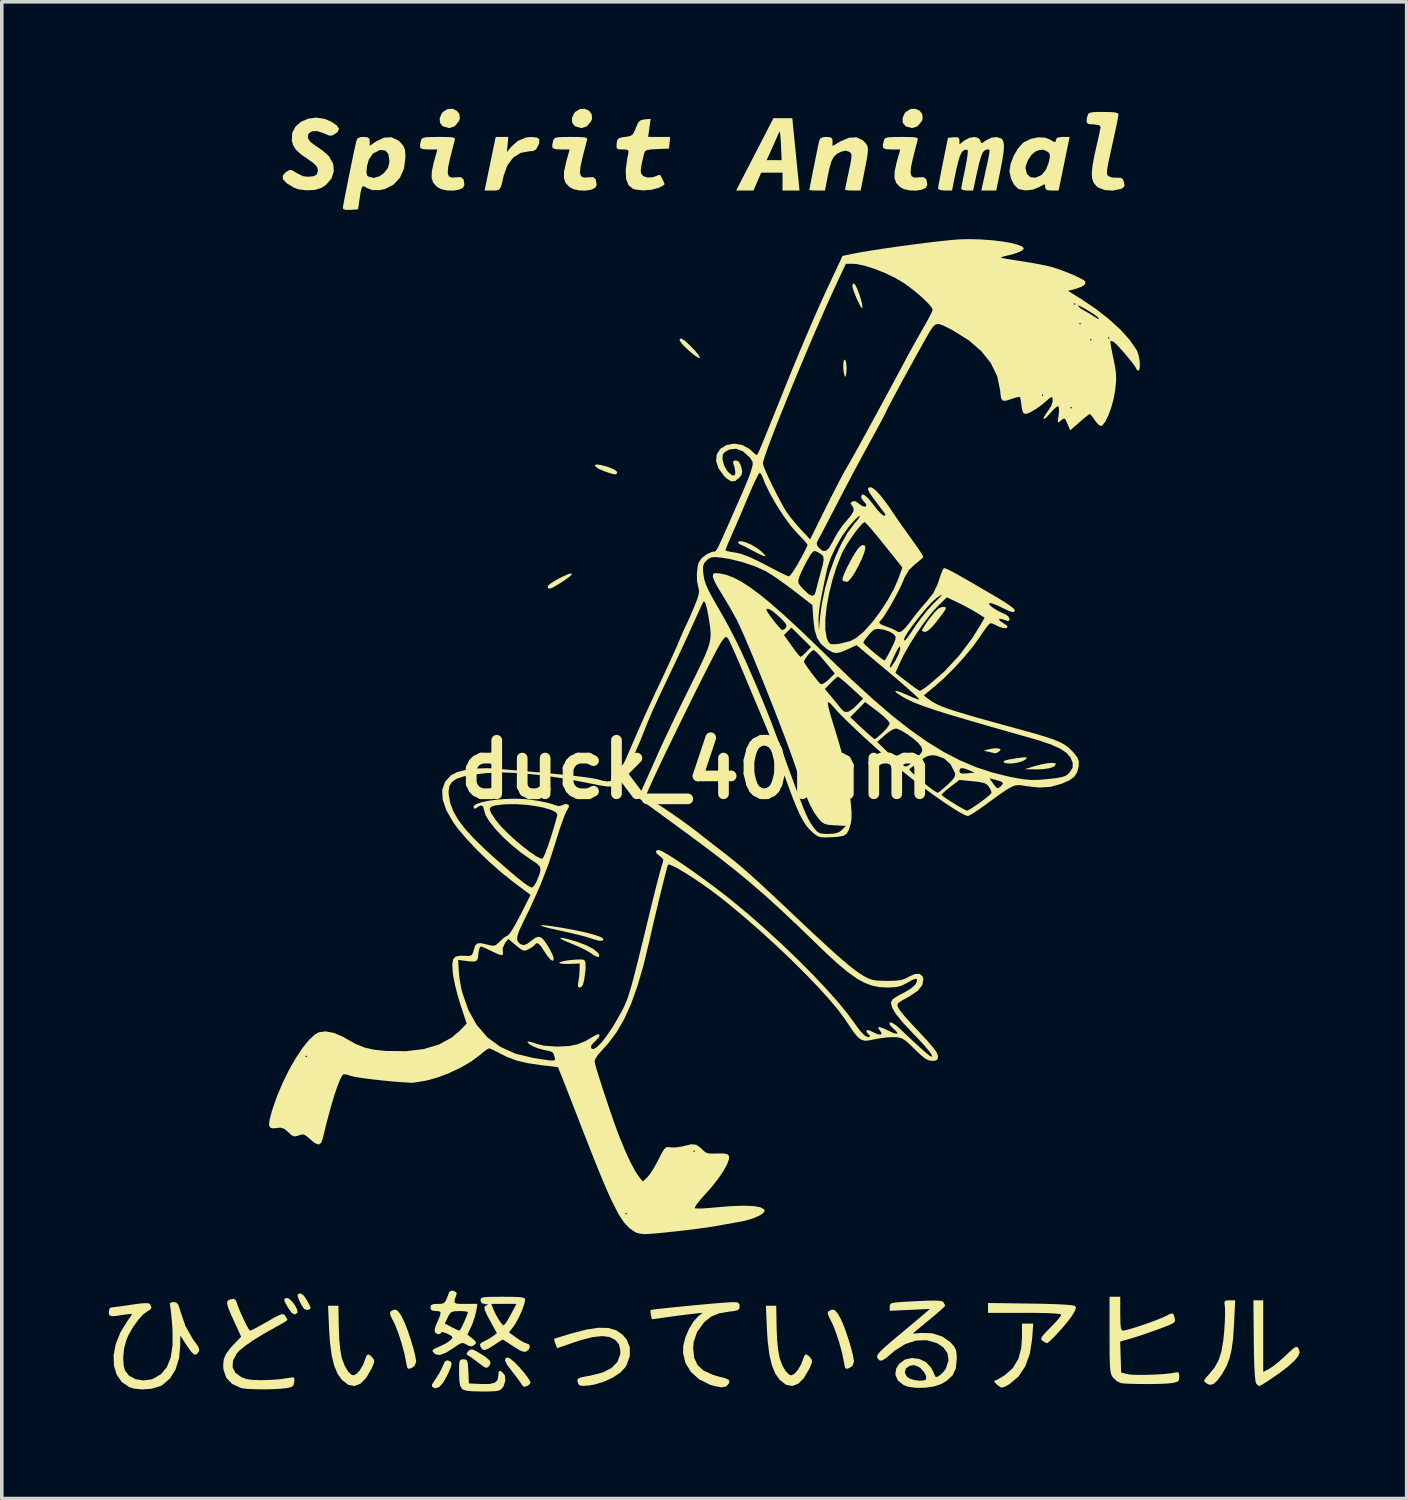
<source format=kicad_pcb>
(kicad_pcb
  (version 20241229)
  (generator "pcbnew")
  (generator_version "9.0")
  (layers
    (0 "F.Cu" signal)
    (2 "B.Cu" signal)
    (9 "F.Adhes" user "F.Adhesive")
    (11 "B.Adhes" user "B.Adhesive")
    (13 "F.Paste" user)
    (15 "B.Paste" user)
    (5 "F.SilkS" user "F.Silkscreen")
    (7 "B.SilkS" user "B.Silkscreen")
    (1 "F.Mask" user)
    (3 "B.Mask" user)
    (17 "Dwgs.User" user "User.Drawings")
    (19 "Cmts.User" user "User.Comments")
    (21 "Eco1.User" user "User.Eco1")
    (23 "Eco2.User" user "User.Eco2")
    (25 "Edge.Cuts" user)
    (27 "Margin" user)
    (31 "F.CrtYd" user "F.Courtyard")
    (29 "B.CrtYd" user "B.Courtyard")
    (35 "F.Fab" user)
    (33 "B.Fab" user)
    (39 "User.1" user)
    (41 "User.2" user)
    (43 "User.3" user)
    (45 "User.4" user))
  (footprint "duck_40mm"
    (layer "F.Cu")
    (at 16.482 18.524)
    (property "Reference" "duck_40mm" (at 0 0 0) (layer "F.SilkS") (effects (font (size 1.5 1.5) (thickness 0.3))))
    (attr board_only exclude_from_pos_files exclude_from_bom)
    (fp_poly (pts (xy 10.057 -0.174) (xy 10.07 -0.155) (xy 10.023 -0.088) (xy 9.892 -0.038) (xy 9.693 -0.01) (xy 9.503 -0.005) (xy 9.193 -0.01) (xy 9.407 -0.077) (xy 9.624 -0.137) (xy 9.819 -0.175) (xy 9.97 -0.188)) (stroke (width 0) (type solid)) (fill yes) (layer "F.SilkS"))
    (fp_poly (pts (xy 4.161 -11.49) (xy 4.189 -11.412) (xy 4.201 -11.273) (xy 4.199 -11.192) (xy 4.184 -11.053) (xy 4.164 -11.012) (xy 4.146 -11.038) (xy 4.119 -11.145) (xy 4.107 -11.274) (xy 4.111 -11.394) (xy 4.128 -11.477) (xy 4.158 -11.493)) (stroke (width 0) (type solid)) (fill yes) (layer "F.SilkS"))
    (fp_poly (pts (xy -0.337 -12.025) (xy -0.216 -11.916) (xy -0.045 -11.74) (xy 0.057 -11.614) (xy 0.092 -11.545) (xy 0.06 -11.537) (xy -0.037 -11.595) (xy -0.197 -11.724) (xy -0.246 -11.767) (xy -0.4 -11.918) (xy -0.475 -12.024) (xy -0.478 -12.071) (xy -0.43 -12.084)) (stroke (width 0) (type solid)) (fill yes) (layer "F.SilkS"))
    (fp_poly (pts (xy 8.512 -0.57) (xy 8.517 -0.556) (xy 8.48 -0.51) (xy 8.406 -0.466) (xy 8.35 -0.457) (xy 8.35 -0.457) (xy 8.301 -0.471) (xy 8.194 -0.496) (xy 8.191 -0.496) (xy 8.041 -0.53) (xy 8.166 -0.565) (xy 8.32 -0.595) (xy 8.446 -0.596)) (stroke (width 0) (type solid)) (fill yes) (layer "F.SilkS"))
    (fp_poly (pts (xy -11.016 14.746) (xy -10.931 14.874) (xy -10.865 14.997) (xy -10.826 15.079) (xy -10.821 15.094) (xy -10.86 15.137) (xy -10.941 15.147) (xy -11.01 15.116) (xy -11.012 15.114) (xy -11.084 15.004) (xy -11.147 14.877) (xy -11.186 14.767) (xy -11.187 14.71) (xy -11.107 14.681)) (stroke (width 0) (type solid)) (fill yes) (layer "F.SilkS"))
    (fp_poly (pts (xy -6.729 -18.473) (xy -6.653 -18.377) (xy -6.641 -18.249) (xy -6.669 -18.173) (xy -6.787 -18.032) (xy -6.939 -17.983) (xy -7.111 -18.031) (xy -7.127 -18.04) (xy -7.199 -18.132) (xy -7.205 -18.264) (xy -7.147 -18.398) (xy -7.114 -18.436) (xy -6.983 -18.517) (xy -6.847 -18.524)) (stroke (width 0) (type solid)) (fill yes) (layer "F.SilkS"))
    (fp_poly (pts (xy -3.505 -5.468) (xy -3.583 -5.392) (xy -3.73 -5.289) (xy -3.919 -5.17) (xy -4.043 -5.1) (xy -4.117 -5.073) (xy -4.159 -5.08) (xy -4.178 -5.101) (xy -4.171 -5.151) (xy -4.094 -5.221) (xy -3.938 -5.316) (xy -3.766 -5.406) (xy -3.598 -5.481) (xy -3.511 -5.5)) (stroke (width 0) (type solid)) (fill yes) (layer "F.SilkS"))
    (fp_poly (pts (xy -3.022 -18.473) (xy -2.946 -18.377) (xy -2.934 -18.249) (xy -2.962 -18.173) (xy -3.08 -18.032) (xy -3.231 -17.983) (xy -3.404 -18.031) (xy -3.419 -18.04) (xy -3.492 -18.132) (xy -3.498 -18.264) (xy -3.439 -18.398) (xy -3.407 -18.436) (xy -3.276 -18.517) (xy -3.14 -18.524)) (stroke (width 0) (type solid)) (fill yes) (layer "F.SilkS"))
    (fp_poly (pts (xy 4.447 -13.583) (xy 4.503 -13.468) (xy 4.563 -13.31) (xy 4.615 -13.135) (xy 4.632 -13.063) (xy 4.647 -12.954) (xy 4.63 -12.935) (xy 4.581 -13.005) (xy 4.504 -13.16) (xy 4.483 -13.207) (xy 4.397 -13.42) (xy 4.362 -13.555) (xy 4.378 -13.619) (xy 4.405 -13.627)) (stroke (width 0) (type solid)) (fill yes) (layer "F.SilkS"))
    (fp_poly (pts (xy 6.246 -18.473) (xy 6.322 -18.377) (xy 6.334 -18.249) (xy 6.307 -18.173) (xy 6.188 -18.032) (xy 6.037 -17.983) (xy 5.864 -18.031) (xy 5.849 -18.04) (xy 5.776 -18.132) (xy 5.77 -18.264) (xy 5.829 -18.398) (xy 5.862 -18.436) (xy 5.993 -18.517) (xy 6.129 -18.524)) (stroke (width 0) (type solid)) (fill yes) (layer "F.SilkS"))
    (fp_poly (pts (xy 9.248 -0.341) (xy 9.243 -0.312) (xy 9.218 -0.285) (xy 9.118 -0.229) (xy 8.965 -0.188) (xy 8.801 -0.168) (xy 8.667 -0.176) (xy 8.625 -0.192) (xy 8.599 -0.224) (xy 8.636 -0.253) (xy 8.745 -0.281) (xy 8.939 -0.313) (xy 9.043 -0.328) (xy 9.186 -0.345)) (stroke (width 0) (type solid)) (fill yes) (layer "F.SilkS"))
    (fp_poly (pts (xy -11.429 14.832) (xy -11.342 14.914) (xy -11.259 15.026) (xy -11.201 15.139) (xy -11.192 15.221) (xy -11.195 15.227) (xy -11.266 15.278) (xy -11.354 15.231) (xy -11.457 15.087) (xy -11.46 15.082) (xy -11.536 14.946) (xy -11.565 14.873) (xy -11.551 14.836) (xy -11.499 14.811) (xy -11.497 14.811)) (stroke (width 0) (type solid)) (fill yes) (layer "F.SilkS"))
    (fp_poly (pts (xy -2.699 -8.541) (xy -2.507 -8.49) (xy -2.351 -8.429) (xy -2.251 -8.369) (xy -2.228 -8.319) (xy -2.229 -8.317) (xy -2.254 -8.285) (xy -2.293 -8.275) (xy -2.37 -8.291) (xy -2.509 -8.335) (xy -2.576 -8.358) (xy -2.729 -8.421) (xy -2.825 -8.483) (xy -2.855 -8.531) (xy -2.814 -8.554)) (stroke (width 0) (type solid)) (fill yes) (layer "F.SilkS"))
    (fp_poly (pts (xy 1.371 -6.372) (xy 1.53 -6.304) (xy 1.689 -6.21) (xy 1.793 -6.131) (xy 1.9 -6.029) (xy 1.928 -5.98) (xy 1.877 -5.986) (xy 1.745 -6.044) (xy 1.567 -6.136) (xy 1.402 -6.223) (xy 1.268 -6.291) (xy 1.192 -6.326) (xy 1.191 -6.326) (xy 1.155 -6.369) (xy 1.165 -6.389) (xy 1.241 -6.404)) (stroke (width 0) (type solid)) (fill yes) (layer "F.SilkS"))
    (fp_poly (pts (xy -3.747 4.722) (xy -3.589 4.759) (xy -3.383 4.819) (xy -3.102 4.923) (xy -2.891 5.034) (xy -2.762 5.145) (xy -2.734 5.193) (xy -2.737 5.249) (xy -2.802 5.247) (xy -2.913 5.188) (xy -2.972 5.145) (xy -3.084 5.076) (xy -3.259 4.988) (xy -3.463 4.899) (xy -3.523 4.875) (xy -3.715 4.795) (xy -3.814 4.742) (xy -3.823 4.717)) (stroke (width 0) (type solid)) (fill yes) (layer "F.SilkS"))
    (fp_poly (pts (xy -6.962 16.569) (xy -6.894 16.599) (xy -6.871 16.655) (xy -6.894 16.756) (xy -6.965 16.922) (xy -6.982 16.958) (xy -7.106 17.185) (xy -7.222 17.313) (xy -7.33 17.345) (xy -7.376 17.329) (xy -7.422 17.292) (xy -7.421 17.241) (xy -7.367 17.15) (xy -7.316 17.078) (xy -7.215 16.919) (xy -7.134 16.76) (xy -7.114 16.709) (xy -7.063 16.596) (xy -6.999 16.563)) (stroke (width 0) (type solid)) (fill yes) (layer "F.SilkS"))
    (fp_poly (pts (xy -6.201 16.294) (xy -6.097 16.354) (xy -5.911 16.472) (xy -5.808 16.564) (xy -5.779 16.64) (xy -5.811 16.708) (xy -5.86 16.759) (xy -5.909 16.77) (xy -5.981 16.735) (xy -6.101 16.645) (xy -6.147 16.609) (xy -6.278 16.51) (xy -6.384 16.439) (xy -6.422 16.418) (xy -6.457 16.384) (xy -6.414 16.317) (xy -6.406 16.308) (xy -6.351 16.261) (xy -6.293 16.255)) (stroke (width 0) (type solid)) (fill yes) (layer "F.SilkS"))
    (fp_poly (pts (xy -5.22 16.519) (xy -5.108 16.616) (xy -4.977 16.749) (xy -4.848 16.897) (xy -4.74 17.038) (xy -4.672 17.149) (xy -4.659 17.193) (xy -4.698 17.243) (xy -4.757 17.283) (xy -4.843 17.306) (xy -4.903 17.246) (xy -4.91 17.234) (xy -4.968 17.145) (xy -5.069 17.008) (xy -5.189 16.856) (xy -5.321 16.678) (xy -5.376 16.56) (xy -5.357 16.496) (xy -5.293 16.482)) (stroke (width 0) (type solid)) (fill yes) (layer "F.SilkS"))
    (fp_poly (pts (xy 6.957 -4.556) (xy 6.985 -4.539) (xy 6.974 -4.493) (xy 6.917 -4.405) (xy 6.808 -4.259) (xy 6.72 -4.143) (xy 6.588 -3.989) (xy 6.475 -3.888) (xy 6.407 -3.858) (xy 6.328 -3.878) (xy 6.312 -3.903) (xy 6.341 -3.962) (xy 6.415 -4.077) (xy 6.521 -4.226) (xy 6.542 -4.253) (xy 6.681 -4.425) (xy 6.786 -4.521) (xy 6.875 -4.558) (xy 6.895 -4.559)) (stroke (width 0) (type solid)) (fill yes) (layer "F.SilkS"))
    (fp_poly (pts (xy 4.716 -6.275) (xy 4.72 -6.272) (xy 4.727 -6.2) (xy 4.692 -6.068) (xy 4.623 -5.897) (xy 4.534 -5.711) (xy 4.436 -5.531) (xy 4.339 -5.382) (xy 4.256 -5.285) (xy 4.209 -5.26) (xy 4.114 -5.284) (xy 4.083 -5.31) (xy 4.091 -5.376) (xy 4.139 -5.503) (xy 4.216 -5.669) (xy 4.309 -5.849) (xy 4.407 -6.021) (xy 4.496 -6.16) (xy 4.563 -6.241) (xy 4.651 -6.298)) (stroke (width 0) (type solid)) (fill yes) (layer "F.SilkS"))
    (fp_poly (pts (xy -4.233 4.369) (xy -4.031 4.395) (xy -3.757 4.439) (xy -3.395 4.506) (xy -3.089 4.573) (xy -2.851 4.637) (xy -2.691 4.695) (xy -2.619 4.744) (xy -2.617 4.748) (xy -2.636 4.797) (xy -2.734 4.799) (xy -2.901 4.755) (xy -2.981 4.727) (xy -3.105 4.688) (xy -3.302 4.636) (xy -3.547 4.578) (xy -3.813 4.518) (xy -3.858 4.509) (xy -4.124 4.449) (xy -4.293 4.404) (xy -4.366 4.375) (xy -4.346 4.363)) (stroke (width 0) (type solid)) (fill yes) (layer "F.SilkS"))
    (fp_poly (pts (xy 9.403 15.956) (xy 9.338 16.376) (xy 9.208 16.733) (xy 9.017 17.019) (xy 8.768 17.229) (xy 8.707 17.263) (xy 8.598 17.317) (xy 8.532 17.323) (xy 8.46 17.277) (xy 8.41 17.236) (xy 8.344 17.168) (xy 8.342 17.136) (xy 8.345 17.135) (xy 8.415 17.109) (xy 8.535 17.041) (xy 8.63 16.981) (xy 8.86 16.78) (xy 9.015 16.526) (xy 9.099 16.212) (xy 9.118 15.922) (xy 9.118 15.531) (xy 9.276 15.531) (xy 9.433 15.531)) (stroke (width 0) (type solid)) (fill yes) (layer "F.SilkS"))
    (fp_poly (pts (xy -3.157 5.336) (xy -3.151 5.339) (xy -3.117 5.415) (xy -3.116 5.584) (xy -3.123 5.66) (xy -3.153 5.885) (xy -3.188 6.025) (xy -3.234 6.096) (xy -3.286 6.112) (xy -3.329 6.085) (xy -3.327 5.991) (xy -3.319 5.949) (xy -3.293 5.777) (xy -3.283 5.611) (xy -3.281 5.436) (xy -3.57 5.449) (xy -3.724 5.449) (xy -3.829 5.435) (xy -3.858 5.417) (xy -3.813 5.389) (xy -3.698 5.362) (xy -3.545 5.34) (xy -3.383 5.326) (xy -3.244 5.323)) (stroke (width 0) (type solid)) (fill yes) (layer "F.SilkS"))
    (fp_poly (pts (xy -8.398 15.159) (xy -8.319 15.254) (xy -8.252 15.369) (xy -8.179 15.527) (xy -8.098 15.739) (xy -8.018 15.979) (xy -7.946 16.217) (xy -7.893 16.426) (xy -7.867 16.578) (xy -7.865 16.605) (xy -7.912 16.719) (xy -7.989 16.773) (xy -8.07 16.802) (xy -8.112 16.776) (xy -8.136 16.675) (xy -8.141 16.643) (xy -8.194 16.379) (xy -8.272 16.087) (xy -8.364 15.803) (xy -8.458 15.563) (xy -8.506 15.464) (xy -8.578 15.321) (xy -8.602 15.237) (xy -8.581 15.19) (xy -8.564 15.177) (xy -8.473 15.137)) (stroke (width 0) (type solid)) (fill yes) (layer "F.SilkS"))
    (fp_poly (pts (xy 3.876 15.159) (xy 3.955 15.254) (xy 4.022 15.369) (xy 4.095 15.527) (xy 4.176 15.739) (xy 4.257 15.979) (xy 4.328 16.217) (xy 4.381 16.426) (xy 4.407 16.578) (xy 4.409 16.605) (xy 4.362 16.719) (xy 4.285 16.773) (xy 4.204 16.802) (xy 4.162 16.776) (xy 4.138 16.675) (xy 4.133 16.643) (xy 4.08 16.379) (xy 4.002 16.087) (xy 3.91 15.803) (xy 3.816 15.563) (xy 3.768 15.464) (xy 3.696 15.321) (xy 3.672 15.237) (xy 3.693 15.19) (xy 3.71 15.177) (xy 3.801 15.137)) (stroke (width 0) (type solid)) (fill yes) (layer "F.SilkS"))
    (fp_poly (pts (xy -5.302 -17.522) (xy -5.322 -17.309) (xy -5.212 -17.448) (xy -5.017 -17.623) (xy -4.784 -17.72) (xy -4.649 -17.734) (xy -4.488 -17.721) (xy -4.414 -17.673) (xy -4.413 -17.577) (xy -4.442 -17.497) (xy -4.504 -17.385) (xy -4.589 -17.34) (xy -4.687 -17.334) (xy -4.937 -17.288) (xy -5.146 -17.155) (xy -5.306 -16.942) (xy -5.409 -16.659) (xy -5.412 -16.649) (xy -5.457 -16.447) (xy -5.495 -16.324) (xy -5.54 -16.26) (xy -5.607 -16.236) (xy -5.711 -16.232) (xy -5.732 -16.232) (xy -5.947 -16.232) (xy -5.792 -16.983) (xy -5.636 -17.735) (xy -5.46 -17.735) (xy -5.283 -17.735)) (stroke (width 0) (type solid)) (fill yes) (layer "F.SilkS"))
    (fp_poly (pts (xy 15.063 15.543) (xy 15.037 15.936) (xy 14.996 16.25) (xy 14.936 16.506) (xy 14.852 16.725) (xy 14.739 16.927) (xy 14.725 16.949) (xy 14.591 17.131) (xy 14.481 17.228) (xy 14.381 17.248) (xy 14.291 17.208) (xy 14.235 17.162) (xy 14.227 17.117) (xy 14.274 17.048) (xy 14.367 16.947) (xy 14.519 16.76) (xy 14.63 16.557) (xy 14.708 16.314) (xy 14.761 16.009) (xy 14.786 15.761) (xy 14.803 15.518) (xy 14.811 15.295) (xy 14.81 15.122) (xy 14.804 15.042) (xy 14.791 14.931) (xy 14.825 14.887) (xy 14.932 14.879) (xy 14.935 14.879) (xy 15.095 14.879)) (stroke (width 0) (type solid)) (fill yes) (layer "F.SilkS"))
    (fp_poly (pts (xy 2.78 -17.246) (xy 2.882 -16.232) (xy 2.643 -16.232) (xy 2.405 -16.232) (xy 2.405 -16.482) (xy 2.405 -16.733) (xy 2.106 -16.733) (xy 1.806 -16.733) (xy 1.699 -16.482) (xy 1.591 -16.232) (xy 1.348 -16.232) (xy 1.104 -16.232) (xy 1.543 -17.084) (xy 1.96 -17.084) (xy 2.17 -17.084) (xy 2.38 -17.083) (xy 2.361 -17.522) (xy 2.35 -17.706) (xy 2.337 -17.835) (xy 2.322 -17.891) (xy 2.316 -17.885) (xy 2.283 -17.806) (xy 2.221 -17.663) (xy 2.142 -17.485) (xy 2.124 -17.447) (xy 1.96 -17.084) (xy 1.543 -17.084) (xy 1.627 -17.246) (xy 2.15 -18.261) (xy 2.415 -18.261) (xy 2.679 -18.261)) (stroke (width 0) (type solid)) (fill yes) (layer "F.SilkS"))
    (fp_poly (pts (xy 15.743 14.879) (xy 15.881 14.879) (xy 15.881 15.883) (xy 15.881 16.886) (xy 16.044 16.802) (xy 16.158 16.727) (xy 16.312 16.604) (xy 16.477 16.458) (xy 16.509 16.427) (xy 16.658 16.287) (xy 16.752 16.208) (xy 16.81 16.182) (xy 16.848 16.2) (xy 16.873 16.235) (xy 16.902 16.33) (xy 16.866 16.437) (xy 16.758 16.57) (xy 16.571 16.739) (xy 16.57 16.74) (xy 16.446 16.837) (xy 16.289 16.951) (xy 16.12 17.068) (xy 15.963 17.172) (xy 15.838 17.249) (xy 15.769 17.283) (xy 15.765 17.284) (xy 15.719 17.251) (xy 15.685 17.214) (xy 15.663 17.141) (xy 15.645 16.978) (xy 15.631 16.723) (xy 15.621 16.374) (xy 15.616 16.012) (xy 15.606 14.879)) (stroke (width 0) (type solid)) (fill yes) (layer "F.SilkS"))
    (fp_poly (pts (xy -10.19 15.03) (xy -10.045 15.03) (xy -10.035 15.634) (xy -10.021 15.978) (xy -9.992 16.272) (xy -9.951 16.493) (xy -9.945 16.513) (xy -9.868 16.716) (xy -9.773 16.875) (xy -9.674 16.968) (xy -9.621 16.983) (xy -9.537 16.941) (xy -9.441 16.833) (xy -9.354 16.686) (xy -9.309 16.572) (xy -9.26 16.436) (xy -9.212 16.391) (xy -9.146 16.428) (xy -9.098 16.477) (xy -9.05 16.54) (xy -9.042 16.604) (xy -9.075 16.702) (xy -9.119 16.8) (xy -9.269 17.056) (xy -9.428 17.217) (xy -9.596 17.281) (xy -9.768 17.248) (xy -9.941 17.115) (xy -9.943 17.114) (xy -10.069 16.938) (xy -10.166 16.705) (xy -10.237 16.402) (xy -10.285 16.02) (xy -10.307 15.676) (xy -10.335 15.03)) (stroke (width 0) (type solid)) (fill yes) (layer "F.SilkS"))
    (fp_poly (pts (xy 2.084 15.03) (xy 2.229 15.03) (xy 2.239 15.634) (xy 2.253 15.978) (xy 2.282 16.272) (xy 2.323 16.493) (xy 2.329 16.513) (xy 2.406 16.716) (xy 2.502 16.875) (xy 2.6 16.968) (xy 2.653 16.983) (xy 2.737 16.941) (xy 2.833 16.833) (xy 2.92 16.686) (xy 2.965 16.572) (xy 3.014 16.436) (xy 3.062 16.391) (xy 3.129 16.428) (xy 3.176 16.477) (xy 3.224 16.54) (xy 3.233 16.604) (xy 3.2 16.702) (xy 3.155 16.8) (xy 3.006 17.056) (xy 2.846 17.217) (xy 2.678 17.281) (xy 2.506 17.248) (xy 2.333 17.115) (xy 2.331 17.114) (xy 2.205 16.938) (xy 2.108 16.705) (xy 2.037 16.402) (xy 1.989 16.02) (xy 1.967 15.676) (xy 1.939 15.03)) (stroke (width 0) (type solid)) (fill yes) (layer "F.SilkS"))
    (fp_poly (pts (xy -6.475 16.539) (xy -6.436 16.573) (xy -6.416 16.657) (xy -6.405 16.812) (xy -6.402 16.871) (xy -6.388 17.209) (xy -6.045 17.224) (xy -5.816 17.224) (xy -5.67 17.193) (xy -5.591 17.125) (xy -5.562 17.012) (xy -5.561 16.976) (xy -5.553 16.877) (xy -5.515 16.859) (xy -5.461 16.883) (xy -5.382 16.976) (xy -5.363 17.117) (xy -5.408 17.272) (xy -5.439 17.323) (xy -5.483 17.374) (xy -5.542 17.407) (xy -5.638 17.425) (xy -5.793 17.433) (xy -6.011 17.434) (xy -6.259 17.43) (xy -6.425 17.417) (xy -6.529 17.391) (xy -6.584 17.356) (xy -6.63 17.274) (xy -6.655 17.131) (xy -6.663 16.907) (xy -6.663 16.905) (xy -6.661 16.715) (xy -6.652 16.604) (xy -6.627 16.55) (xy -6.581 16.534) (xy -6.54 16.533)) (stroke (width 0) (type solid)) (fill yes) (layer "F.SilkS"))
    (fp_poly (pts (xy 9.354 14.97) (xy 9.753 14.977) (xy 10.085 14.988) (xy 10.343 15.001) (xy 10.517 15.017) (xy 10.601 15.035) (xy 10.605 15.037) (xy 10.631 15.088) (xy 10.605 15.171) (xy 10.522 15.309) (xy 10.513 15.323) (xy 10.418 15.451) (xy 10.293 15.603) (xy 10.154 15.761) (xy 10.019 15.905) (xy 9.906 16.017) (xy 9.832 16.076) (xy 9.818 16.082) (xy 9.758 16.055) (xy 9.698 16.016) (xy 9.66 15.979) (xy 9.66 15.933) (xy 9.705 15.863) (xy 9.807 15.752) (xy 9.914 15.644) (xy 10.053 15.5) (xy 10.159 15.378) (xy 10.215 15.299) (xy 10.22 15.284) (xy 10.176 15.263) (xy 10.044 15.248) (xy 9.819 15.237) (xy 9.499 15.231) (xy 9.193 15.23) (xy 8.166 15.23) (xy 8.166 15.092) (xy 8.166 14.954)) (stroke (width 0) (type solid)) (fill yes) (layer "F.SilkS"))
    (fp_poly (pts (xy -7.01 -17.733) (xy -6.873 -17.726) (xy -6.801 -17.71) (xy -6.778 -17.681) (xy -6.783 -17.647) (xy -6.806 -17.56) (xy -6.847 -17.404) (xy -6.896 -17.209) (xy -6.913 -17.142) (xy -6.968 -16.894) (xy -6.981 -16.728) (xy -6.95 -16.632) (xy -6.87 -16.595) (xy -6.738 -16.604) (xy -6.735 -16.605) (xy -6.604 -16.606) (xy -6.534 -16.538) (xy -6.513 -16.39) (xy -6.513 -16.384) (xy -6.557 -16.306) (xy -6.671 -16.254) (xy -6.829 -16.23) (xy -7.003 -16.236) (xy -7.165 -16.272) (xy -7.277 -16.331) (xy -7.382 -16.443) (xy -7.432 -16.581) (xy -7.427 -16.765) (xy -7.373 -17.016) (xy -7.368 -17.032) (xy -7.271 -17.384) (xy -7.518 -17.384) (xy -7.674 -17.392) (xy -7.749 -17.427) (xy -7.759 -17.509) (xy -7.734 -17.622) (xy -7.714 -17.675) (xy -7.674 -17.708) (xy -7.595 -17.726) (xy -7.456 -17.733) (xy -7.238 -17.735) (xy -7.23 -17.735)) (stroke (width 0) (type solid)) (fill yes) (layer "F.SilkS"))
    (fp_poly (pts (xy -3.303 -17.733) (xy -3.165 -17.726) (xy -3.094 -17.71) (xy -3.071 -17.681) (xy -3.075 -17.647) (xy -3.099 -17.56) (xy -3.139 -17.404) (xy -3.189 -17.209) (xy -3.206 -17.142) (xy -3.26 -16.894) (xy -3.274 -16.728) (xy -3.243 -16.632) (xy -3.163 -16.595) (xy -3.031 -16.604) (xy -3.027 -16.605) (xy -2.897 -16.606) (xy -2.827 -16.538) (xy -2.806 -16.39) (xy -2.806 -16.384) (xy -2.85 -16.306) (xy -2.964 -16.254) (xy -3.122 -16.23) (xy -3.295 -16.236) (xy -3.458 -16.272) (xy -3.57 -16.331) (xy -3.675 -16.443) (xy -3.724 -16.581) (xy -3.72 -16.765) (xy -3.665 -17.016) (xy -3.661 -17.032) (xy -3.563 -17.384) (xy -3.811 -17.384) (xy -3.967 -17.392) (xy -4.041 -17.427) (xy -4.052 -17.509) (xy -4.026 -17.622) (xy -4.006 -17.675) (xy -3.967 -17.708) (xy -3.887 -17.726) (xy -3.749 -17.733) (xy -3.53 -17.735) (xy -3.523 -17.735)) (stroke (width 0) (type solid)) (fill yes) (layer "F.SilkS"))
    (fp_poly (pts (xy 5.966 -17.733) (xy 6.103 -17.726) (xy 6.175 -17.71) (xy 6.198 -17.681) (xy 6.193 -17.647) (xy 6.169 -17.56) (xy 6.129 -17.404) (xy 6.079 -17.209) (xy 6.062 -17.142) (xy 6.008 -16.894) (xy 5.994 -16.728) (xy 6.026 -16.632) (xy 6.105 -16.595) (xy 6.237 -16.604) (xy 6.241 -16.605) (xy 6.372 -16.606) (xy 6.441 -16.538) (xy 6.463 -16.39) (xy 6.463 -16.384) (xy 6.419 -16.306) (xy 6.304 -16.254) (xy 6.147 -16.23) (xy 5.973 -16.236) (xy 5.81 -16.272) (xy 5.699 -16.331) (xy 5.593 -16.443) (xy 5.544 -16.581) (xy 5.548 -16.765) (xy 5.603 -17.016) (xy 5.607 -17.032) (xy 5.705 -17.384) (xy 5.458 -17.384) (xy 5.301 -17.392) (xy 5.227 -17.427) (xy 5.216 -17.509) (xy 5.242 -17.622) (xy 5.262 -17.675) (xy 5.302 -17.708) (xy 5.381 -17.726) (xy 5.52 -17.733) (xy 5.738 -17.735) (xy 5.746 -17.735)) (stroke (width 0) (type solid)) (fill yes) (layer "F.SilkS"))
    (fp_poly (pts (xy -2.479 15.654) (xy -2.255 15.72) (xy -2.075 15.845) (xy -1.963 15.981) (xy -1.875 16.198) (xy -1.876 16.441) (xy -1.967 16.695) (xy -2 16.752) (xy -2.138 16.901) (xy -2.347 17.042) (xy -2.6 17.16) (xy -2.871 17.241) (xy -3.011 17.264) (xy -3.176 17.278) (xy -3.268 17.269) (xy -3.314 17.232) (xy -3.324 17.211) (xy -3.347 17.133) (xy -3.334 17.083) (xy -3.268 17.047) (xy -3.13 17.016) (xy -2.992 16.992) (xy -2.645 16.905) (xy -2.387 16.775) (xy -2.221 16.603) (xy -2.145 16.39) (xy -2.14 16.29) (xy -2.18 16.114) (xy -2.278 15.995) (xy -2.436 15.909) (xy -2.649 15.881) (xy -2.923 15.911) (xy -3.267 16) (xy -3.423 16.052) (xy -3.914 16.221) (xy -3.962 16.094) (xy -3.993 15.999) (xy -3.997 15.959) (xy -3.946 15.941) (xy -3.821 15.902) (xy -3.642 15.847) (xy -3.517 15.809) (xy -3.101 15.7) (xy -2.758 15.648)) (stroke (width 0) (type solid)) (fill yes) (layer "F.SilkS"))
    (fp_poly (pts (xy 11.618 -18.432) (xy 11.749 -18.419) (xy 11.812 -18.394) (xy 11.823 -18.367) (xy 11.813 -18.294) (xy 11.784 -18.144) (xy 11.741 -17.937) (xy 11.689 -17.695) (xy 11.679 -17.653) (xy 11.607 -17.325) (xy 11.554 -17.082) (xy 11.52 -16.909) (xy 11.502 -16.793) (xy 11.499 -16.72) (xy 11.509 -16.676) (xy 11.531 -16.647) (xy 11.547 -16.633) (xy 11.644 -16.597) (xy 11.778 -16.592) (xy 11.778 -16.592) (xy 11.895 -16.59) (xy 11.953 -16.54) (xy 11.978 -16.467) (xy 11.993 -16.361) (xy 11.945 -16.303) (xy 11.892 -16.279) (xy 11.667 -16.231) (xy 11.444 -16.244) (xy 11.257 -16.315) (xy 11.204 -16.355) (xy 11.128 -16.449) (xy 11.085 -16.569) (xy 11.075 -16.73) (xy 11.098 -16.949) (xy 11.153 -17.238) (xy 11.197 -17.434) (xy 11.248 -17.656) (xy 11.289 -17.844) (xy 11.315 -17.975) (xy 11.321 -18.023) (xy 11.275 -18.067) (xy 11.143 -18.085) (xy 11.122 -18.086) (xy 10.987 -18.096) (xy 10.93 -18.142) (xy 10.934 -18.247) (xy 10.953 -18.324) (xy 10.975 -18.379) (xy 11.018 -18.412) (xy 11.104 -18.429) (xy 11.255 -18.436) (xy 11.403 -18.436)) (stroke (width 0) (type solid)) (fill yes) (layer "F.SilkS"))
    (fp_poly (pts (xy 3.751 -17.726) (xy 3.799 -17.683) (xy 3.807 -17.608) (xy 3.807 -17.48) (xy 4.025 -17.608) (xy 4.268 -17.713) (xy 4.478 -17.725) (xy 4.653 -17.643) (xy 4.686 -17.612) (xy 4.746 -17.548) (xy 4.784 -17.485) (xy 4.8 -17.404) (xy 4.795 -17.287) (xy 4.769 -17.115) (xy 4.722 -16.87) (xy 4.702 -16.771) (xy 4.595 -16.232) (xy 4.377 -16.232) (xy 4.245 -16.237) (xy 4.167 -16.251) (xy 4.158 -16.258) (xy 4.168 -16.315) (xy 4.195 -16.447) (xy 4.234 -16.633) (xy 4.263 -16.769) (xy 4.31 -16.991) (xy 4.335 -17.137) (xy 4.339 -17.225) (xy 4.323 -17.277) (xy 4.287 -17.313) (xy 4.283 -17.316) (xy 4.174 -17.352) (xy 4.065 -17.327) (xy 3.936 -17.265) (xy 3.843 -17.18) (xy 3.775 -17.05) (xy 3.719 -16.856) (xy 3.682 -16.68) (xy 3.595 -16.232) (xy 3.375 -16.232) (xy 3.243 -16.236) (xy 3.165 -16.245) (xy 3.156 -16.25) (xy 3.166 -16.304) (xy 3.191 -16.434) (xy 3.227 -16.619) (xy 3.27 -16.836) (xy 3.316 -17.063) (xy 3.36 -17.278) (xy 3.397 -17.46) (xy 3.424 -17.587) (xy 3.432 -17.622) (xy 3.473 -17.701) (xy 3.564 -17.732) (xy 3.633 -17.735)) (stroke (width 0) (type solid)) (fill yes) (layer "F.SilkS"))
    (fp_poly (pts (xy -10.427 -18.241) (xy -10.237 -18.159) (xy -10.086 -18.054) (xy -10.029 -17.965) (xy -10.062 -17.881) (xy -10.139 -17.819) (xy -10.223 -17.774) (xy -10.301 -17.773) (xy -10.415 -17.819) (xy -10.452 -17.837) (xy -10.632 -17.898) (xy -10.781 -17.896) (xy -10.877 -17.832) (xy -10.891 -17.805) (xy -10.899 -17.697) (xy -10.83 -17.593) (xy -10.674 -17.479) (xy -10.647 -17.462) (xy -10.486 -17.351) (xy -10.34 -17.223) (xy -10.301 -17.181) (xy -10.192 -16.984) (xy -10.173 -16.774) (xy -10.239 -16.572) (xy -10.386 -16.397) (xy -10.523 -16.306) (xy -10.709 -16.25) (xy -10.938 -16.238) (xy -11.162 -16.267) (xy -11.297 -16.315) (xy -11.497 -16.439) (xy -11.599 -16.549) (xy -11.607 -16.649) (xy -11.523 -16.746) (xy -11.501 -16.761) (xy -11.414 -16.808) (xy -11.343 -16.803) (xy -11.244 -16.741) (xy -11.224 -16.727) (xy -11.037 -16.636) (xy -10.899 -16.618) (xy -10.736 -16.635) (xy -10.65 -16.686) (xy -10.622 -16.784) (xy -10.621 -16.81) (xy -10.646 -16.899) (xy -10.734 -16.993) (xy -10.884 -17.1) (xy -11.098 -17.249) (xy -11.236 -17.377) (xy -11.316 -17.505) (xy -11.352 -17.641) (xy -11.34 -17.85) (xy -11.247 -18.026) (xy -11.093 -18.161) (xy -10.893 -18.247) (xy -10.665 -18.277)) (stroke (width 0) (type solid)) (fill yes) (layer "F.SilkS"))
    (fp_poly (pts (xy 10.299 -16.983) (xy 10.145 -16.232) (xy 9.957 -16.232) (xy 9.831 -16.242) (xy 9.778 -16.28) (xy 9.769 -16.331) (xy 9.765 -16.393) (xy 9.735 -16.403) (xy 9.654 -16.361) (xy 9.606 -16.332) (xy 9.421 -16.258) (xy 9.218 -16.236) (xy 9.04 -16.269) (xy 9.005 -16.286) (xy 8.894 -16.398) (xy 8.809 -16.57) (xy 8.769 -16.76) (xy 8.768 -16.793) (xy 8.779 -16.86) (xy 9.218 -16.86) (xy 9.255 -16.7) (xy 9.352 -16.609) (xy 9.49 -16.592) (xy 9.649 -16.658) (xy 9.681 -16.682) (xy 9.785 -16.811) (xy 9.862 -16.999) (xy 9.867 -17.018) (xy 9.899 -17.165) (xy 9.897 -17.249) (xy 9.86 -17.303) (xy 9.838 -17.32) (xy 9.725 -17.376) (xy 9.603 -17.368) (xy 9.498 -17.327) (xy 9.386 -17.235) (xy 9.287 -17.087) (xy 9.226 -16.926) (xy 9.218 -16.86) (xy 8.779 -16.86) (xy 8.802 -16.991) (xy 8.889 -17.212) (xy 9.011 -17.418) (xy 9.147 -17.569) (xy 9.167 -17.584) (xy 9.359 -17.68) (xy 9.574 -17.725) (xy 9.773 -17.714) (xy 9.892 -17.666) (xy 10.003 -17.6) (xy 10.055 -17.595) (xy 10.07 -17.649) (xy 10.07 -17.66) (xy 10.104 -17.713) (xy 10.218 -17.734) (xy 10.262 -17.735) (xy 10.453 -17.735)) (stroke (width 0) (type solid)) (fill yes) (layer "F.SilkS"))
    (fp_poly (pts (xy -1.327 -17.989) (xy -1.362 -17.735) (xy -1.054 -17.735) (xy -0.745 -17.735) (xy -0.761 -17.572) (xy -0.777 -17.409) (xy -1.114 -17.394) (xy -1.294 -17.384) (xy -1.399 -17.366) (xy -1.451 -17.33) (xy -1.477 -17.267) (xy -1.482 -17.244) (xy -1.518 -17.089) (xy -1.548 -16.958) (xy -1.568 -16.821) (xy -1.565 -16.72) (xy -1.502 -16.638) (xy -1.379 -16.597) (xy -1.232 -16.606) (xy -1.167 -16.628) (xy -1.071 -16.666) (xy -1.027 -16.672) (xy -0.988 -16.606) (xy -0.94 -16.507) (xy -0.906 -16.426) (xy -0.902 -16.408) (xy -0.943 -16.371) (xy -1.046 -16.317) (xy -1.076 -16.305) (xy -1.275 -16.253) (xy -1.505 -16.237) (xy -1.715 -16.26) (xy -1.788 -16.282) (xy -1.914 -16.384) (xy -1.982 -16.564) (xy -1.991 -16.824) (xy -1.942 -17.164) (xy -1.924 -17.246) (xy -1.911 -17.337) (xy -1.944 -17.376) (xy -2.049 -17.384) (xy -2.076 -17.384) (xy -2.197 -17.39) (xy -2.245 -17.426) (xy -2.248 -17.518) (xy -2.245 -17.547) (xy -2.227 -17.65) (xy -2.178 -17.702) (xy -2.07 -17.728) (xy -2.01 -17.735) (xy -1.875 -17.757) (xy -1.796 -17.804) (xy -1.74 -17.903) (xy -1.709 -17.985) (xy -1.649 -18.125) (xy -1.585 -18.196) (xy -1.49 -18.223) (xy -1.459 -18.227) (xy -1.292 -18.243)) (stroke (width 0) (type solid)) (fill yes) (layer "F.SilkS"))
    (fp_poly (pts (xy 1.151 14.94) (xy 1.196 14.988) (xy 1.202 15.047) (xy 1.193 15.114) (xy 1.15 15.154) (xy 1.049 15.179) (xy 0.901 15.197) (xy 0.625 15.245) (xy 0.415 15.331) (xy 0.236 15.469) (xy 0.194 15.514) (xy 0.009 15.768) (xy -0.085 16.043) (xy -0.1 16.234) (xy -0.07 16.494) (xy 0.025 16.697) (xy 0.195 16.851) (xy 0.449 16.967) (xy 0.622 17.017) (xy 0.793 17.062) (xy 0.885 17.099) (xy 0.917 17.14) (xy 0.907 17.198) (xy 0.905 17.203) (xy 0.832 17.291) (xy 0.697 17.318) (xy 0.493 17.282) (xy 0.36 17.24) (xy 0.066 17.093) (xy -0.162 16.888) (xy -0.315 16.638) (xy -0.384 16.357) (xy -0.377 16.146) (xy -0.318 15.918) (xy -0.216 15.68) (xy -0.089 15.471) (xy 0.044 15.324) (xy 0.044 15.324) (xy 0.167 15.227) (xy -0.129 15.26) (xy -0.329 15.284) (xy -0.577 15.316) (xy -0.822 15.35) (xy -0.841 15.352) (xy -1.255 15.411) (xy -1.285 15.293) (xy -1.299 15.194) (xy -1.292 15.152) (xy -1.238 15.141) (xy -1.101 15.123) (xy -0.898 15.101) (xy -0.647 15.074) (xy -0.364 15.046) (xy -0.067 15.017) (xy 0.227 14.99) (xy 0.501 14.966) (xy 0.738 14.947) (xy 0.922 14.934) (xy 1.034 14.929) (xy 1.036 14.929)) (stroke (width 0) (type solid)) (fill yes) (layer "F.SilkS"))
    (fp_poly (pts (xy -9.224 -17.725) (xy -9.176 -17.683) (xy -9.168 -17.611) (xy -9.168 -17.487) (xy -8.986 -17.611) (xy -8.763 -17.717) (xy -8.556 -17.726) (xy -8.369 -17.638) (xy -8.313 -17.588) (xy -8.225 -17.487) (xy -8.181 -17.382) (xy -8.167 -17.233) (xy -8.166 -17.161) (xy -8.206 -16.85) (xy -8.32 -16.592) (xy -8.501 -16.397) (xy -8.74 -16.276) (xy -8.896 -16.244) (xy -9.101 -16.246) (xy -9.243 -16.302) (xy -9.316 -16.346) (xy -9.363 -16.35) (xy -9.396 -16.3) (xy -9.423 -16.18) (xy -9.454 -15.981) (xy -9.494 -15.706) (xy -9.707 -15.691) (xy -9.848 -15.69) (xy -9.911 -15.717) (xy -9.92 -15.749) (xy -9.91 -15.814) (xy -9.883 -15.96) (xy -9.844 -16.165) (xy -9.795 -16.412) (xy -9.741 -16.683) (xy -9.728 -16.745) (xy -9.26 -16.745) (xy -9.24 -16.656) (xy -9.212 -16.628) (xy -9.057 -16.585) (xy -8.89 -16.633) (xy -8.763 -16.729) (xy -8.656 -16.869) (xy -8.618 -17.024) (xy -8.617 -17.074) (xy -8.645 -17.255) (xy -8.728 -17.354) (xy -8.864 -17.37) (xy -8.893 -17.363) (xy -9.074 -17.271) (xy -9.194 -17.1) (xy -9.246 -16.906) (xy -9.26 -16.745) (xy -9.728 -16.745) (xy -9.685 -16.957) (xy -9.631 -17.217) (xy -9.582 -17.443) (xy -9.544 -17.617) (xy -9.543 -17.622) (xy -9.503 -17.701) (xy -9.413 -17.732) (xy -9.342 -17.735)) (stroke (width 0) (type solid)) (fill yes) (layer "F.SilkS"))
    (fp_poly (pts (xy 11.873 15.255) (xy 11.876 15.485) (xy 11.887 15.63) (xy 11.908 15.707) (xy 11.941 15.731) (xy 11.944 15.731) (xy 12.036 15.714) (xy 12.197 15.669) (xy 12.4 15.605) (xy 12.622 15.529) (xy 12.836 15.451) (xy 13.018 15.379) (xy 13.128 15.329) (xy 13.263 15.263) (xy 13.336 15.246) (xy 13.372 15.284) (xy 13.4 15.382) (xy 13.409 15.441) (xy 13.392 15.487) (xy 13.333 15.531) (xy 13.217 15.585) (xy 13.027 15.657) (xy 12.941 15.689) (xy 12.696 15.777) (xy 12.45 15.861) (xy 12.24 15.928) (xy 12.16 15.952) (xy 11.87 16.035) (xy 11.884 16.469) (xy 11.898 16.902) (xy 12.074 16.949) (xy 12.195 16.964) (xy 12.388 16.97) (xy 12.624 16.968) (xy 12.874 16.959) (xy 13.111 16.944) (xy 13.305 16.923) (xy 13.414 16.903) (xy 13.493 16.894) (xy 13.523 16.945) (xy 13.527 17.021) (xy 13.519 17.113) (xy 13.476 17.162) (xy 13.374 17.19) (xy 13.294 17.202) (xy 13.144 17.215) (xy 12.93 17.223) (xy 12.68 17.226) (xy 12.422 17.225) (xy 12.184 17.22) (xy 11.993 17.211) (xy 11.887 17.199) (xy 11.777 17.145) (xy 11.674 17.048) (xy 11.64 17) (xy 11.615 16.941) (xy 11.597 16.858) (xy 11.585 16.738) (xy 11.578 16.565) (xy 11.574 16.326) (xy 11.573 16.007) (xy 11.573 15.849) (xy 11.573 14.779) (xy 11.723 14.779) (xy 11.873 14.779)) (stroke (width 0) (type solid)) (fill yes) (layer "F.SilkS"))
    (fp_poly (pts (xy 7.898 -17.706) (xy 7.951 -17.636) (xy 7.973 -17.57) (xy 8.01 -17.568) (xy 8.092 -17.627) (xy 8.103 -17.636) (xy 8.253 -17.712) (xy 8.411 -17.732) (xy 8.539 -17.69) (xy 8.557 -17.675) (xy 8.597 -17.606) (xy 8.613 -17.494) (xy 8.604 -17.326) (xy 8.568 -17.088) (xy 8.507 -16.771) (xy 8.396 -16.232) (xy 8.187 -16.232) (xy 7.978 -16.232) (xy 8.096 -16.771) (xy 8.152 -17.025) (xy 8.187 -17.197) (xy 8.205 -17.303) (xy 8.206 -17.359) (xy 8.191 -17.381) (xy 8.162 -17.384) (xy 8.147 -17.384) (xy 8.08 -17.366) (xy 8.022 -17.304) (xy 7.969 -17.182) (xy 7.914 -16.988) (xy 7.858 -16.741) (xy 7.748 -16.232) (xy 7.581 -16.232) (xy 7.469 -16.245) (xy 7.415 -16.276) (xy 7.415 -16.28) (xy 7.424 -16.347) (xy 7.451 -16.488) (xy 7.49 -16.681) (xy 7.522 -16.832) (xy 7.563 -17.046) (xy 7.591 -17.221) (xy 7.6 -17.337) (xy 7.595 -17.371) (xy 7.53 -17.377) (xy 7.475 -17.352) (xy 7.426 -17.301) (xy 7.379 -17.202) (xy 7.33 -17.042) (xy 7.274 -16.808) (xy 7.214 -16.52) (xy 7.157 -16.232) (xy 6.96 -16.232) (xy 6.821 -16.247) (xy 6.766 -16.289) (xy 6.766 -16.295) (xy 6.776 -16.365) (xy 6.803 -16.513) (xy 6.843 -16.719) (xy 6.891 -16.964) (xy 6.905 -17.034) (xy 7.043 -17.71) (xy 7.204 -17.726) (xy 7.316 -17.726) (xy 7.359 -17.686) (xy 7.364 -17.634) (xy 7.364 -17.527) (xy 7.497 -17.631) (xy 7.64 -17.71) (xy 7.784 -17.735)) (stroke (width 0) (type solid)) (fill yes) (layer "F.SilkS"))
    (fp_poly (pts (xy -12.924 14.874) (xy -12.897 14.942) (xy -12.847 15.08) (xy -12.777 15.249) (xy -12.697 15.422) (xy -12.621 15.577) (xy -12.558 15.688) (xy -12.522 15.731) (xy -12.522 15.731) (xy -12.464 15.707) (xy -12.341 15.644) (xy -12.172 15.551) (xy -12.042 15.477) (xy -11.842 15.363) (xy -11.709 15.295) (xy -11.627 15.266) (xy -11.577 15.272) (xy -11.541 15.306) (xy -11.537 15.311) (xy -11.486 15.393) (xy -11.473 15.427) (xy -11.514 15.462) (xy -11.624 15.53) (xy -11.78 15.618) (xy -11.836 15.649) (xy -12.144 15.821) (xy -12.421 15.991) (xy -12.651 16.15) (xy -12.819 16.286) (xy -12.891 16.363) (xy -13 16.568) (xy -13.013 16.754) (xy -12.932 16.912) (xy -12.762 17.034) (xy -12.615 17.087) (xy -12.452 17.11) (xy -12.221 17.118) (xy -11.954 17.11) (xy -11.682 17.089) (xy -11.436 17.054) (xy -11.407 17.048) (xy -11.307 17.037) (xy -11.276 17.078) (xy -11.281 17.164) (xy -11.302 17.256) (xy -11.358 17.306) (xy -11.478 17.336) (xy -11.523 17.343) (xy -11.705 17.361) (xy -11.936 17.372) (xy -12.186 17.375) (xy -12.427 17.371) (xy -12.63 17.359) (xy -12.766 17.34) (xy -12.779 17.336) (xy -13.025 17.222) (xy -13.188 17.051) (xy -13.267 16.825) (xy -13.276 16.702) (xy -13.26 16.539) (xy -13.202 16.393) (xy -13.088 16.234) (xy -12.968 16.103) (xy -12.772 15.899) (xy -12.974 15.459) (xy -13.079 15.226) (xy -13.142 15.065) (xy -13.167 14.963) (xy -13.157 14.902) (xy -13.115 14.867) (xy -13.097 14.86) (xy -12.985 14.833)) (stroke (width 0) (type solid)) (fill yes) (layer "F.SilkS"))
    (fp_poly (pts (xy -5.17 14.781) (xy -4.99 14.787) (xy -4.879 14.801) (xy -4.824 14.822) (xy -4.809 14.854) (xy -4.833 14.978) (xy -4.895 15.153) (xy -4.98 15.344) (xy -5.074 15.518) (xy -5.133 15.607) (xy -5.263 15.778) (xy -5.054 15.93) (xy -4.922 16.017) (xy -4.816 16.072) (xy -4.78 16.082) (xy -4.696 16.118) (xy -4.68 16.201) (xy -4.711 16.259) (xy -4.777 16.315) (xy -4.857 16.322) (xy -4.971 16.275) (xy -5.14 16.17) (xy -5.16 16.157) (xy -5.298 16.066) (xy -5.399 16.002) (xy -5.438 15.981) (xy -5.486 16.007) (xy -5.59 16.073) (xy -5.678 16.132) (xy -5.838 16.232) (xy -5.94 16.273) (xy -6.007 16.257) (xy -6.059 16.188) (xy -6.059 16.187) (xy -6.079 16.113) (xy -6.027 16.061) (xy -5.973 16.035) (xy -5.825 15.958) (xy -5.72 15.889) (xy -5.603 15.799) (xy -5.782 15.473) (xy -5.887 15.276) (xy -5.942 15.148) (xy -5.952 15.072) (xy -5.92 15.031) (xy -5.874 15.014) (xy -5.846 14.996) (xy -5.913 14.986) (xy -5.924 14.985) (xy -5.948 14.979) (xy -5.759 14.979) (xy -5.707 15.117) (xy -5.642 15.259) (xy -5.562 15.402) (xy -5.483 15.518) (xy -5.424 15.578) (xy -5.414 15.581) (xy -5.372 15.54) (xy -5.301 15.433) (xy -5.215 15.282) (xy -5.214 15.28) (xy -5.054 14.979) (xy -5.406 14.979) (xy -5.759 14.979) (xy -5.948 14.979) (xy -6.03 14.96) (xy -6.062 14.886) (xy -6.062 14.879) (xy -6.056 14.838) (xy -6.028 14.81) (xy -5.962 14.792) (xy -5.84 14.783) (xy -5.648 14.78) (xy -5.436 14.779)) (stroke (width 0) (type solid)) (fill yes) (layer "F.SilkS"))
    (fp_poly (pts (xy -14.586 14.943) (xy -14.534 15.001) (xy -14.491 15.128) (xy -14.481 15.167) (xy -14.331 15.606) (xy -14.118 15.978) (xy -14.07 16.041) (xy -13.974 16.178) (xy -13.944 16.269) (xy -13.96 16.322) (xy -14.02 16.394) (xy -14.083 16.4) (xy -14.161 16.333) (xy -14.268 16.186) (xy -14.292 16.15) (xy -14.479 15.867) (xy -14.479 16.142) (xy -14.513 16.506) (xy -14.612 16.821) (xy -14.77 17.074) (xy -14.98 17.253) (xy -15.05 17.289) (xy -15.28 17.357) (xy -15.541 17.378) (xy -15.787 17.352) (xy -15.906 17.314) (xy -16.117 17.17) (xy -16.261 16.964) (xy -16.338 16.71) (xy -16.347 16.42) (xy -16.288 16.107) (xy -16.16 15.784) (xy -15.964 15.464) (xy -15.951 15.446) (xy -15.875 15.341) (xy -15.834 15.274) (xy -15.831 15.266) (xy -15.875 15.262) (xy -15.988 15.273) (xy -16.069 15.285) (xy -16.271 15.316) (xy -16.393 15.324) (xy -16.457 15.306) (xy -16.48 15.257) (xy -16.482 15.205) (xy -16.461 15.111) (xy -16.42 15.079) (xy -16.346 15.072) (xy -16.198 15.053) (xy -15.999 15.025) (xy -15.859 15.004) (xy -15.622 14.971) (xy -15.465 14.957) (xy -15.372 14.962) (xy -15.326 14.985) (xy -15.321 14.992) (xy -15.285 15.084) (xy -15.328 15.148) (xy -15.399 15.186) (xy -15.52 15.276) (xy -15.66 15.432) (xy -15.801 15.628) (xy -15.922 15.838) (xy -15.986 15.98) (xy -16.052 16.225) (xy -16.079 16.483) (xy -16.064 16.716) (xy -16.025 16.853) (xy -15.909 16.996) (xy -15.729 17.089) (xy -15.514 17.125) (xy -15.291 17.096) (xy -15.246 17.08) (xy -15.02 16.951) (xy -14.854 16.752) (xy -14.746 16.481) (xy -14.694 16.132) (xy -14.696 15.708) (xy -14.713 15.478) (xy -14.732 15.271) (xy -14.75 15.119) (xy -14.759 15.067) (xy -14.771 14.968) (xy -14.727 14.933) (xy -14.666 14.929)) (stroke (width 0) (type solid)) (fill yes) (layer "F.SilkS"))
    (fp_poly (pts (xy -6.814 14.614) (xy -6.738 14.657) (xy -6.729 14.698) (xy -6.782 14.846) (xy -6.793 14.93) (xy -6.745 14.969) (xy -6.624 14.979) (xy -6.485 14.979) (xy -6.149 14.979) (xy -6.182 15.183) (xy -6.225 15.357) (xy -6.294 15.551) (xy -6.321 15.613) (xy -6.428 15.84) (xy -6.29 15.95) (xy -6.202 16.028) (xy -6.187 16.078) (xy -6.235 16.13) (xy -6.236 16.131) (xy -6.31 16.173) (xy -6.391 16.155) (xy -6.45 16.122) (xy -6.528 16.081) (xy -6.596 16.079) (xy -6.684 16.122) (xy -6.809 16.209) (xy -7.033 16.35) (xy -7.202 16.411) (xy -7.322 16.394) (xy -7.363 16.359) (xy -7.403 16.309) (xy -7.405 16.274) (xy -7.354 16.238) (xy -7.233 16.183) (xy -7.178 16.16) (xy -7.031 16.085) (xy -6.916 16.007) (xy -6.89 15.984) (xy -6.85 15.925) (xy -6.872 15.88) (xy -6.971 15.825) (xy -6.989 15.816) (xy -7.099 15.775) (xy -7.16 15.773) (xy -7.164 15.782) (xy -7.199 15.826) (xy -7.272 15.823) (xy -7.335 15.778) (xy -7.345 15.761) (xy -7.343 15.669) (xy -7.3 15.548) (xy -7.299 15.548) (xy -7.291 15.529) (xy -7.062 15.529) (xy -6.875 15.628) (xy -6.752 15.69) (xy -6.67 15.725) (xy -6.657 15.729) (xy -6.621 15.688) (xy -6.564 15.581) (xy -6.519 15.484) (xy -6.46 15.341) (xy -6.421 15.239) (xy -6.413 15.208) (xy -6.458 15.192) (xy -6.572 15.182) (xy -6.654 15.18) (xy -6.803 15.186) (xy -6.889 15.217) (xy -6.947 15.292) (xy -6.978 15.355) (xy -7.062 15.529) (xy -7.291 15.529) (xy -7.235 15.407) (xy -7.192 15.293) (xy -7.18 15.214) (xy -7.227 15.184) (xy -7.311 15.18) (xy -7.423 15.165) (xy -7.463 15.109) (xy -7.465 15.08) (xy -7.448 15.014) (xy -7.38 14.985) (xy -7.263 14.979) (xy -7.155 14.977) (xy -7.085 14.954) (xy -7.035 14.891) (xy -6.984 14.768) (xy -6.94 14.645) (xy -6.882 14.609)) (stroke (width 0) (type solid)) (fill yes) (layer "F.SilkS"))
    (fp_poly (pts (xy 6.788 14.89) (xy 6.872 14.904) (xy 6.913 14.929) (xy 6.918 14.936) (xy 6.958 15.012) (xy 6.963 15.033) (xy 6.927 15.074) (xy 6.828 15.164) (xy 6.682 15.29) (xy 6.513 15.43) (xy 6.336 15.576) (xy 6.192 15.696) (xy 6.095 15.778) (xy 6.062 15.809) (xy 6.106 15.81) (xy 6.219 15.801) (xy 6.287 15.793) (xy 6.596 15.801) (xy 6.879 15.891) (xy 7.111 16.053) (xy 7.122 16.065) (xy 7.218 16.175) (xy 7.269 16.277) (xy 7.287 16.41) (xy 7.289 16.532) (xy 7.263 16.788) (xy 7.174 16.982) (xy 7.007 17.137) (xy 6.862 17.221) (xy 6.661 17.291) (xy 6.414 17.329) (xy 6.16 17.333) (xy 5.933 17.304) (xy 5.8 17.256) (xy 5.639 17.125) (xy 5.568 16.965) (xy 5.576 16.901) (xy 5.833 16.901) (xy 5.884 17.011) (xy 5.962 17.069) (xy 6.087 17.111) (xy 6.232 17.131) (xy 6.358 17.127) (xy 6.428 17.097) (xy 6.429 17.096) (xy 6.431 17.006) (xy 6.373 16.89) (xy 6.274 16.781) (xy 6.236 16.753) (xy 6.104 16.695) (xy 5.971 16.713) (xy 5.97 16.713) (xy 5.863 16.791) (xy 5.833 16.901) (xy 5.576 16.901) (xy 5.59 16.792) (xy 5.674 16.659) (xy 5.837 16.539) (xy 6.035 16.495) (xy 6.241 16.522) (xy 6.429 16.615) (xy 6.573 16.77) (xy 6.604 16.828) (xy 6.658 16.947) (xy 6.691 17.018) (xy 6.695 17.025) (xy 6.743 17.026) (xy 6.826 16.972) (xy 6.916 16.885) (xy 6.986 16.788) (xy 6.988 16.784) (xy 7.058 16.563) (xy 7.031 16.364) (xy 6.91 16.195) (xy 6.74 16.082) (xy 6.455 15.998) (xy 6.153 16.006) (xy 5.848 16.104) (xy 5.552 16.289) (xy 5.471 16.358) (xy 5.312 16.494) (xy 5.206 16.562) (xy 5.135 16.57) (xy 5.082 16.521) (xy 5.064 16.491) (xy 5.055 16.448) (xy 5.078 16.393) (xy 5.142 16.316) (xy 5.256 16.206) (xy 5.431 16.054) (xy 5.641 15.877) (xy 5.864 15.691) (xy 6.07 15.519) (xy 6.242 15.374) (xy 6.363 15.272) (xy 6.402 15.238) (xy 6.538 15.12) (xy 5.974 15.147) (xy 5.411 15.173) (xy 5.411 15.056) (xy 5.414 15.011) (xy 5.433 14.978) (xy 5.485 14.955) (xy 5.583 14.938) (xy 5.742 14.925) (xy 5.979 14.912) (xy 6.143 14.903) (xy 6.438 14.89) (xy 6.649 14.886)) (stroke (width 0) (type solid)) (fill yes) (layer "F.SilkS"))
    (fp_poly (pts (xy 7.981 -14.861) (xy 8.287 -14.838) (xy 8.572 -14.804) (xy 8.818 -14.761) (xy 9.01 -14.71) (xy 9.132 -14.656) (xy 9.168 -14.606) (xy 9.121 -14.55) (xy 8.993 -14.49) (xy 8.8 -14.431) (xy 8.676 -14.403) (xy 8.57 -14.376) (xy 8.526 -14.353) (xy 8.527 -14.351) (xy 8.581 -14.337) (xy 8.713 -14.313) (xy 8.903 -14.282) (xy 9.095 -14.253) (xy 9.357 -14.211) (xy 9.619 -14.163) (xy 9.842 -14.117) (xy 9.945 -14.091) (xy 10.124 -14.035) (xy 10.328 -13.96) (xy 10.531 -13.877) (xy 10.708 -13.796) (xy 10.837 -13.728) (xy 10.891 -13.686) (xy 10.89 -13.609) (xy 10.793 -13.537) (xy 10.628 -13.478) (xy 10.409 -13.42) (xy 10.778 -13.191) (xy 11.181 -12.921) (xy 11.55 -12.632) (xy 11.873 -12.338) (xy 12.133 -12.051) (xy 12.317 -11.785) (xy 12.343 -11.738) (xy 12.388 -11.612) (xy 12.416 -11.465) (xy 12.424 -11.325) (xy 12.412 -11.22) (xy 12.378 -11.18) (xy 12.371 -11.182) (xy 12.323 -11.226) (xy 12.322 -11.237) (xy 12.294 -11.292) (xy 12.216 -11.399) (xy 12.105 -11.537) (xy 11.979 -11.687) (xy 11.856 -11.826) (xy 11.752 -11.934) (xy 11.687 -11.991) (xy 11.616 -12.018) (xy 11.597 -12.014) (xy 11.599 -11.961) (xy 11.619 -11.831) (xy 11.654 -11.649) (xy 11.681 -11.522) (xy 11.73 -11.279) (xy 11.755 -11.09) (xy 11.757 -10.916) (xy 11.74 -10.715) (xy 11.728 -10.622) (xy 11.684 -10.38) (xy 11.617 -10.14) (xy 11.537 -9.923) (xy 11.452 -9.752) (xy 11.37 -9.649) (xy 11.337 -9.63) (xy 11.276 -9.657) (xy 11.193 -9.747) (xy 11.162 -9.79) (xy 11.086 -9.9) (xy 11.031 -9.963) (xy 11.021 -9.969) (xy 10.973 -9.939) (xy 10.872 -9.859) (xy 10.739 -9.746) (xy 10.732 -9.74) (xy 10.469 -9.51) (xy 10.392 -9.695) (xy 10.34 -9.81) (xy 10.299 -9.847) (xy 10.245 -9.816) (xy 10.212 -9.787) (xy 10.151 -9.736) (xy 10.126 -9.74) (xy 10.129 -9.816) (xy 10.145 -9.926) (xy 10.157 -10.069) (xy 10.149 -10.145) (xy 10.471 -10.145) (xy 10.496 -10.12) (xy 10.521 -10.145) (xy 10.496 -10.17) (xy 10.471 -10.145) (xy 10.149 -10.145) (xy 10.147 -10.166) (xy 10.135 -10.186) (xy 10.082 -10.165) (xy 9.992 -10.083) (xy 9.905 -9.984) (xy 9.792 -9.861) (xy 9.73 -9.822) (xy 9.725 -9.859) (xy 9.785 -9.967) (xy 9.84 -10.044) (xy 9.938 -10.192) (xy 9.976 -10.318) (xy 9.976 -10.417) (xy 9.948 -10.445) (xy 9.872 -10.396) (xy 9.832 -10.36) (xy 9.67 -10.223) (xy 9.499 -10.101) (xy 9.343 -10.012) (xy 9.23 -9.971) (xy 9.218 -9.97) (xy 9.158 -9.996) (xy 9.122 -10.09) (xy 9.105 -10.198) (xy 9.086 -10.338) (xy 9.066 -10.43) (xy 9.059 -10.446) (xy 9.004 -10.443) (xy 8.89 -10.412) (xy 8.84 -10.395) (xy 8.68 -10.343) (xy 8.586 -10.339) (xy 8.537 -10.397) (xy 8.521 -10.496) (xy 9.669 -10.496) (xy 9.694 -10.471) (xy 9.719 -10.496) (xy 9.694 -10.521) (xy 9.669 -10.496) (xy 8.521 -10.496) (xy 8.514 -10.534) (xy 8.505 -10.634) (xy 8.424 -11.024) (xy 8.248 -11.39) (xy 7.978 -11.73) (xy 7.616 -12.042) (xy 7.604 -12.049) (xy 11.022 -12.049) (xy 11.047 -12.024) (xy 11.072 -12.049) (xy 11.047 -12.074) (xy 11.022 -12.049) (xy 7.604 -12.049) (xy 7.523 -12.099) (xy 11.523 -12.099) (xy 11.548 -12.074) (xy 11.573 -12.099) (xy 11.548 -12.124) (xy 11.523 -12.099) (xy 7.523 -12.099) (xy 7.165 -12.321) (xy 7.079 -12.365) (xy 6.912 -12.448) (xy 6.793 -12.491) (xy 6.704 -12.483) (xy 6.624 -12.416) (xy 6.534 -12.282) (xy 6.413 -12.07) (xy 6.409 -12.063) (xy 6.264 -11.803) (xy 6.107 -11.52) (xy 5.946 -11.228) (xy 5.788 -10.94) (xy 5.642 -10.67) (xy 5.514 -10.431) (xy 5.411 -10.237) (xy 5.341 -10.101) (xy 5.311 -10.038) (xy 5.31 -10.035) (xy 5.287 -9.984) (xy 5.223 -9.861) (xy 5.126 -9.679) (xy 5.004 -9.454) (xy 4.891 -9.249) (xy 4.728 -8.952) (xy 4.537 -8.597) (xy 4.334 -8.215) (xy 4.135 -7.838) (xy 3.983 -7.545) (xy 3.832 -7.255) (xy 3.693 -6.987) (xy 3.573 -6.757) (xy 3.48 -6.581) (xy 3.422 -6.474) (xy 3.414 -6.459) (xy 3.364 -6.356) (xy 3.373 -6.287) (xy 3.428 -6.216) (xy 3.529 -6.133) (xy 3.618 -6.128) (xy 3.707 -6.209) (xy 3.806 -6.38) (xy 3.83 -6.428) (xy 3.945 -6.635) (xy 4.09 -6.845) (xy 4.193 -6.969) (xy 4.331 -7.131) (xy 4.396 -7.249) (xy 4.394 -7.34) (xy 4.346 -7.407) (xy 4.312 -7.469) (xy 4.358 -7.515) (xy 4.449 -7.523) (xy 4.536 -7.462) (xy 4.641 -7.387) (xy 4.724 -7.366) (xy 4.759 -7.406) (xy 4.759 -7.408) (xy 4.725 -7.474) (xy 4.684 -7.515) (xy 4.621 -7.6) (xy 4.609 -7.646) (xy 4.633 -7.713) (xy 4.701 -7.697) (xy 4.807 -7.604) (xy 4.942 -7.438) (xy 4.96 -7.415) (xy 5.075 -7.268) (xy 5.177 -7.162) (xy 5.245 -7.115) (xy 5.25 -7.114) (xy 5.295 -7.136) (xy 5.275 -7.177) (xy 5.087 -7.424) (xy 4.954 -7.603) (xy 4.866 -7.728) (xy 4.818 -7.809) (xy 4.801 -7.859) (xy 4.809 -7.891) (xy 4.829 -7.911) (xy 4.904 -7.911) (xy 5.019 -7.827) (xy 5.17 -7.662) (xy 5.352 -7.422) (xy 5.488 -7.222) (xy 5.617 -7.033) (xy 5.779 -6.8) (xy 5.95 -6.561) (xy 6.037 -6.441) (xy 6.167 -6.258) (xy 6.271 -6.105) (xy 6.335 -5.998) (xy 6.351 -5.958) (xy 6.307 -5.91) (xy 6.207 -5.825) (xy 6.118 -5.755) (xy 5.947 -5.592) (xy 5.831 -5.395) (xy 5.797 -5.31) (xy 5.735 -5.166) (xy 5.642 -4.98) (xy 5.532 -4.774) (xy 5.416 -4.57) (xy 5.307 -4.389) (xy 5.217 -4.252) (xy 5.158 -4.182) (xy 5.155 -4.18) (xy 5.112 -4.126) (xy 5.162 -4.071) (xy 5.308 -4.012) (xy 5.323 -4.007) (xy 5.473 -3.951) (xy 5.591 -3.891) (xy 5.615 -3.874) (xy 5.674 -3.851) (xy 5.748 -3.88) (xy 5.846 -3.972) (xy 5.979 -4.136) (xy 6.074 -4.263) (xy 6.178 -4.396) (xy 6.317 -4.563) (xy 6.45 -4.714) (xy 6.629 -4.943) (xy 6.746 -5.178) (xy 6.787 -5.3) (xy 6.842 -5.466) (xy 6.892 -5.59) (xy 6.926 -5.643) (xy 6.951 -5.645) (xy 7.001 -5.628) (xy 7.086 -5.589) (xy 7.213 -5.522) (xy 7.391 -5.423) (xy 7.627 -5.288) (xy 7.93 -5.112) (xy 8.308 -4.891) (xy 8.453 -4.806) (xy 8.643 -4.689) (xy 8.795 -4.585) (xy 8.892 -4.506) (xy 8.917 -4.471) (xy 8.902 -4.423) (xy 8.848 -4.416) (xy 8.739 -4.453) (xy 8.561 -4.537) (xy 8.518 -4.558) (xy 8.364 -4.628) (xy 8.247 -4.665) (xy 8.193 -4.663) (xy 8.214 -4.611) (xy 8.304 -4.535) (xy 8.439 -4.452) (xy 8.597 -4.376) (xy 8.63 -4.363) (xy 8.729 -4.302) (xy 8.767 -4.235) (xy 8.761 -4.176) (xy 8.724 -4.164) (xy 8.628 -4.195) (xy 8.595 -4.207) (xy 8.495 -4.23) (xy 8.472 -4.205) (xy 8.526 -4.148) (xy 8.592 -4.108) (xy 8.683 -4.046) (xy 8.717 -3.999) (xy 8.678 -3.963) (xy 8.58 -3.969) (xy 8.454 -4.013) (xy 8.417 -4.033) (xy 8.307 -4.086) (xy 8.237 -4.106) (xy 8.188 -4.067) (xy 8.102 -3.962) (xy 7.996 -3.811) (xy 7.953 -3.745) (xy 7.75 -3.458) (xy 7.488 -3.14) (xy 7.194 -2.82) (xy 6.891 -2.523) (xy 6.67 -2.33) (xy 6.364 -2.079) (xy 6.476 -1.993) (xy 6.56 -1.932) (xy 6.65 -1.875) (xy 6.757 -1.82) (xy 6.89 -1.763) (xy 7.058 -1.701) (xy 7.27 -1.632) (xy 7.537 -1.551) (xy 7.866 -1.455) (xy 8.269 -1.343) (xy 8.753 -1.209) (xy 9.068 -1.123) (xy 9.454 -1.016) (xy 9.757 -0.926) (xy 9.991 -0.848) (xy 10.169 -0.775) (xy 10.308 -0.701) (xy 10.419 -0.62) (xy 10.518 -0.526) (xy 10.573 -0.466) (xy 10.672 -0.339) (xy 10.711 -0.232) (xy 10.707 -0.099) (xy 10.706 -0.088) (xy 10.664 0.08) (xy 10.58 0.206) (xy 10.435 0.308) (xy 10.216 0.402) (xy 9.918 0.484) (xy 9.606 0.505) (xy 9.247 0.466) (xy 9.193 0.456) (xy 9.086 0.438) (xy 8.994 0.435) (xy 8.901 0.454) (xy 8.793 0.502) (xy 8.655 0.586) (xy 8.471 0.713) (xy 8.226 0.891) (xy 8.129 0.962) (xy 7.939 1.098) (xy 7.775 1.208) (xy 7.654 1.28) (xy 7.599 1.303) (xy 7.51 1.273) (xy 7.356 1.189) (xy 7.15 1.062) (xy 6.907 0.9) (xy 6.638 0.712) (xy 6.63 0.705) (xy 6.864 0.705) (xy 6.903 0.745) (xy 7.005 0.818) (xy 7.145 0.909) (xy 7.297 1.003) (xy 7.438 1.085) (xy 7.543 1.139) (xy 7.581 1.152) (xy 7.639 1.125) (xy 7.754 1.053) (xy 7.906 0.95) (xy 7.944 0.922) (xy 8.096 0.809) (xy 8.209 0.713) (xy 8.264 0.653) (xy 8.266 0.645) (xy 8.241 0.572) (xy 8.189 0.48) (xy 8.133 0.416) (xy 8.05 0.375) (xy 7.913 0.347) (xy 7.737 0.327) (xy 7.362 0.292) (xy 7.113 0.482) (xy 6.983 0.586) (xy 6.893 0.667) (xy 6.864 0.705) (xy 6.63 0.705) (xy 6.359 0.507) (xy 6.082 0.296) (xy 5.82 0.087) (xy 5.702 -0.011) (xy 5.962 -0.011) (xy 5.983 0.029) (xy 6.065 0.113) (xy 6.189 0.226) (xy 6.335 0.35) (xy 6.486 0.47) (xy 6.62 0.571) (xy 6.719 0.635) (xy 6.758 0.651) (xy 6.808 0.619) (xy 6.908 0.537) (xy 7.03 0.427) (xy 7.163 0.297) (xy 7.2 0.246) (xy 8.206 0.246) (xy 8.317 0.401) (xy 8.392 0.499) (xy 8.444 0.524) (xy 8.504 0.487) (xy 8.524 0.469) (xy 8.585 0.397) (xy 8.564 0.352) (xy 8.556 0.348) (xy 8.461 0.312) (xy 8.349 0.28) (xy 8.206 0.246) (xy 7.2 0.246) (xy 7.23 0.205) (xy 7.245 0.129) (xy 7.236 0.089) (xy 7.21 0.039) (xy 7.364 0.039) (xy 7.38 0.094) (xy 7.445 0.114) (xy 7.577 0.106) (xy 7.79 0.085) (xy 7.64 0.02) (xy 7.483 -0.037) (xy 7.396 -0.036) (xy 7.365 0.023) (xy 7.364 0.039) (xy 7.21 0.039) (xy 7.117 -0.146) (xy 6.938 -0.31) (xy 6.711 -0.393) (xy 6.608 -0.401) (xy 6.526 -0.393) (xy 6.44 -0.362) (xy 6.331 -0.297) (xy 6.183 -0.188) (xy 5.978 -0.025) (xy 5.962 -0.011) (xy 5.702 -0.011) (xy 5.661 -0.045) (xy 5.326 -0.336) (xy 4.996 -0.63) (xy 4.836 -0.776) (xy 5.058 -0.776) (xy 5.347 -0.495) (xy 5.501 -0.35) (xy 5.644 -0.224) (xy 5.749 -0.14) (xy 5.76 -0.133) (xy 5.829 -0.092) (xy 5.887 -0.088) (xy 5.958 -0.131) (xy 6.066 -0.231) (xy 6.12 -0.284) (xy 6.246 -0.411) (xy 6.31 -0.494) (xy 6.324 -0.558) (xy 6.299 -0.628) (xy 6.288 -0.65) (xy 6.209 -0.748) (xy 6.075 -0.866) (xy 5.913 -0.984) (xy 5.753 -1.083) (xy 5.622 -1.143) (xy 5.574 -1.151) (xy 5.489 -1.12) (xy 5.365 -1.038) (xy 5.272 -0.963) (xy 5.058 -0.776) (xy 4.836 -0.776) (xy 4.683 -0.915) (xy 4.399 -1.181) (xy 4.156 -1.416) (xy 4.104 -1.469) (xy 4.303 -1.469) (xy 4.633 -1.16) (xy 4.782 -1.024) (xy 4.902 -0.918) (xy 4.975 -0.859) (xy 4.989 -0.852) (xy 5.037 -0.883) (xy 5.133 -0.963) (xy 5.212 -1.035) (xy 5.324 -1.152) (xy 5.394 -1.254) (xy 5.408 -1.298) (xy 5.369 -1.363) (xy 5.267 -1.467) (xy 5.121 -1.59) (xy 5.063 -1.636) (xy 4.72 -1.894) (xy 4.512 -1.681) (xy 4.303 -1.469) (xy 4.104 -1.469) (xy 3.963 -1.611) (xy 3.835 -1.755) (xy 3.819 -1.774) (xy 3.739 -1.86) (xy 3.683 -1.892) (xy 3.676 -1.889) (xy 3.677 -1.832) (xy 3.705 -1.701) (xy 3.754 -1.517) (xy 3.799 -1.368) (xy 3.931 -0.941) (xy 4.034 -0.588) (xy 4.114 -0.288) (xy 4.176 -0.02) (xy 4.225 0.237) (xy 4.265 0.504) (xy 4.286 0.659) (xy 4.321 0.963) (xy 4.339 1.188) (xy 4.34 1.354) (xy 4.325 1.479) (xy 4.314 1.528) (xy 4.261 1.697) (xy 4.202 1.801) (xy 4.111 1.857) (xy 3.964 1.884) (xy 3.792 1.895) (xy 3.599 1.902) (xy 3.473 1.895) (xy 3.382 1.863) (xy 3.292 1.799) (xy 3.236 1.751) (xy 3.144 1.661) (xy 3.058 1.554) (xy 2.972 1.418) (xy 2.882 1.244) (xy 2.783 1.022) (xy 2.671 0.74) (xy 2.54 0.388) (xy 2.385 -0.044) (xy 2.304 -0.276) (xy 2.229 -0.479) (xy 2.128 -0.741) (xy 2.012 -1.029) (xy 1.896 -1.311) (xy 1.889 -1.328) (xy 1.769 -1.614) (xy 1.625 -1.956) (xy 1.473 -2.318) (xy 1.329 -2.662) (xy 1.281 -2.775) (xy 1.167 -3.044) (xy 1.062 -3.285) (xy 0.973 -3.481) (xy 0.909 -3.616) (xy 0.882 -3.665) (xy 0.837 -3.716) (xy 0.795 -3.709) (xy 0.731 -3.635) (xy 0.686 -3.57) (xy 0.629 -3.475) (xy 0.536 -3.305) (xy 0.415 -3.071) (xy 0.269 -2.786) (xy 0.104 -2.459) (xy -0.074 -2.102) (xy -0.26 -1.726) (xy -0.449 -1.342) (xy -0.635 -0.961) (xy -0.813 -0.594) (xy -0.977 -0.252) (xy -1.121 0.054) (xy -1.242 0.313) (xy -1.332 0.514) (xy -1.388 0.645) (xy -1.403 0.694) (xy -1.354 0.801) (xy -1.24 0.883) (xy -1.111 0.958) (xy -0.923 1.079) (xy -0.701 1.229) (xy -0.466 1.394) (xy -0.24 1.557) (xy -0.045 1.703) (xy 0.007 1.744) (xy 0.15 1.857) (xy 0.341 2.006) (xy 0.55 2.168) (xy 0.658 2.251) (xy 0.865 2.412) (xy 1.061 2.569) (xy 1.256 2.732) (xy 1.463 2.912) (xy 1.694 3.119) (xy 1.958 3.362) (xy 2.269 3.653) (xy 2.638 4.001) (xy 2.727 4.085) (xy 3.147 4.482) (xy 3.504 4.814) (xy 3.804 5.088) (xy 4.056 5.311) (xy 4.265 5.487) (xy 4.44 5.625) (xy 4.588 5.729) (xy 4.681 5.787) (xy 4.814 5.857) (xy 4.94 5.898) (xy 5.095 5.918) (xy 5.313 5.924) (xy 5.331 5.924) (xy 5.558 5.92) (xy 5.716 5.903) (xy 5.836 5.866) (xy 5.931 5.815) (xy 6.112 5.731) (xy 6.248 5.727) (xy 6.332 5.8) (xy 6.354 5.879) (xy 6.323 6.044) (xy 6.194 6.203) (xy 5.965 6.359) (xy 5.903 6.392) (xy 5.763 6.469) (xy 5.663 6.537) (xy 5.635 6.564) (xy 5.626 6.611) (xy 5.651 6.68) (xy 5.718 6.78) (xy 5.834 6.921) (xy 6.007 7.113) (xy 6.243 7.364) (xy 6.26 7.382) (xy 6.479 7.619) (xy 6.631 7.797) (xy 6.723 7.927) (xy 6.761 8.017) (xy 6.763 8.039) (xy 6.749 8.127) (xy 6.686 8.162) (xy 6.602 8.166) (xy 6.509 8.153) (xy 6.411 8.105) (xy 6.288 8.008) (xy 6.121 7.849) (xy 6.109 7.837) (xy 5.949 7.682) (xy 5.834 7.585) (xy 5.74 7.531) (xy 5.643 7.508) (xy 5.532 7.5) (xy 5.342 7.508) (xy 5.117 7.536) (xy 4.974 7.563) (xy 4.824 7.594) (xy 4.708 7.601) (xy 4.61 7.572) (xy 4.515 7.499) (xy 4.407 7.368) (xy 4.27 7.171) (xy 4.166 7.014) (xy 3.975 6.752) (xy 3.714 6.44) (xy 3.395 6.088) (xy 3.028 5.708) (xy 2.625 5.309) (xy 2.197 4.903) (xy 1.753 4.5) (xy 1.305 4.11) (xy 0.864 3.744) (xy 0.651 3.575) (xy 0.409 3.392) (xy 0.158 3.213) (xy -0.091 3.045) (xy -0.322 2.897) (xy -0.522 2.778) (xy -0.679 2.697) (xy -0.777 2.661) (xy -0.804 2.666) (xy -0.826 2.733) (xy -0.866 2.882) (xy -0.921 3.097) (xy -0.987 3.361) (xy -1.06 3.659) (xy -1.135 3.973) (xy -1.21 4.29) (xy -1.28 4.591) (xy -1.329 4.809) (xy -1.493 5.488) (xy -1.664 6.075) (xy -1.846 6.581) (xy -2.043 7.013) (xy -2.259 7.383) (xy -2.499 7.697) (xy -2.62 7.829) (xy -2.774 8.004) (xy -2.854 8.135) (xy -2.863 8.191) (xy -2.84 8.288) (xy -2.79 8.461) (xy -2.718 8.692) (xy -2.63 8.963) (xy -2.533 9.256) (xy -2.433 9.553) (xy -2.335 9.836) (xy -2.246 10.086) (xy -2.171 10.286) (xy -2.167 10.295) (xy -2.006 10.685) (xy -1.855 11.013) (xy -1.718 11.267) (xy -1.613 11.423) (xy -1.511 11.548) (xy -1.385 11.429) (xy -1.303 11.328) (xy -1.199 11.166) (xy -1.094 10.976) (xy -1.074 10.936) (xy -0.982 10.754) (xy -0.947 10.696) (xy -0.1 10.696) (xy -0.075 10.721) (xy -0.05 10.696) (xy -0.075 10.671) (xy -0.1 10.696) (xy -0.947 10.696) (xy -0.916 10.645) (xy -0.862 10.593) (xy -0.802 10.581) (xy -0.732 10.591) (xy -0.59 10.593) (xy -0.411 10.566) (xy -0.333 10.546) (xy -0.148 10.504) (xy -0.013 10.519) (xy 0.107 10.601) (xy 0.175 10.67) (xy 0.248 10.733) (xy 0.341 10.762) (xy 0.487 10.766) (xy 0.564 10.763) (xy 0.75 10.761) (xy 0.857 10.783) (xy 0.901 10.82) (xy 0.906 10.916) (xy 0.85 11.069) (xy 0.742 11.263) (xy 0.591 11.484) (xy 0.406 11.717) (xy 0.263 11.877) (xy 0.118 12.038) (xy 0.01 12.173) (xy -0.049 12.265) (xy -0.053 12.297) (xy 0.015 12.305) (xy 0.159 12.303) (xy 0.356 12.29) (xy 0.505 12.276) (xy 0.948 12.239) (xy 1.312 12.226) (xy 1.593 12.237) (xy 1.786 12.271) (xy 1.888 12.329) (xy 1.904 12.372) (xy 1.858 12.439) (xy 1.738 12.514) (xy 1.564 12.587) (xy 1.362 12.647) (xy 1.252 12.67) (xy 1.039 12.707) (xy 0.78 12.753) (xy 0.526 12.798) (xy 0.501 12.803) (xy 0.294 12.836) (xy 0.029 12.872) (xy -0.271 12.91) (xy -0.584 12.946) (xy -0.885 12.978) (xy -1.153 13.003) (xy -1.364 13.019) (xy -1.478 13.023) (xy -1.624 13.004) (xy -1.728 12.967) (xy -1.892 12.853) (xy -2.041 12.692) (xy -2.189 12.467) (xy -2.198 12.45) (xy -2.004 12.45) (xy -1.979 12.475) (xy -1.954 12.45) (xy -1.979 12.424) (xy -2.004 12.45) (xy -2.198 12.45) (xy -2.347 12.163) (xy -2.366 12.124) (xy -2.444 11.957) (xy -2.522 11.783) (xy -2.604 11.592) (xy -2.696 11.371) (xy -2.803 11.109) (xy -2.928 10.795) (xy -3.077 10.417) (xy -3.254 9.963) (xy -3.368 9.669) (xy -3.472 9.402) (xy -3.583 9.117) (xy -3.684 8.859) (xy -3.73 8.743) (xy -3.888 8.343) (xy -4.386 8.283) (xy -4.751 8.229) (xy -5.05 8.157) (xy -5.315 8.059) (xy -5.552 7.939) (xy -5.689 7.868) (xy -5.792 7.823) (xy -5.823 7.815) (xy -5.883 7.846) (xy -5.991 7.927) (xy -6.104 8.023) (xy -6.325 8.186) (xy -6.611 8.352) (xy -6.933 8.505) (xy -7.257 8.63) (xy -7.551 8.712) (xy -7.59 8.72) (xy -7.771 8.751) (xy -7.914 8.773) (xy -7.989 8.781) (xy -7.991 8.781) (xy -8.26 8.765) (xy -8.554 8.741) (xy -8.854 8.712) (xy -9.139 8.679) (xy -9.387 8.646) (xy -9.58 8.615) (xy -9.696 8.588) (xy -9.705 8.584) (xy -9.828 8.546) (xy -9.91 8.545) (xy -9.92 8.551) (xy -9.985 8.66) (xy -10.065 8.856) (xy -10.158 9.127) (xy -10.257 9.46) (xy -10.362 9.845) (xy -10.466 10.27) (xy -10.481 10.333) (xy -10.529 10.466) (xy -10.599 10.512) (xy -10.703 10.473) (xy -10.829 10.37) (xy -10.943 10.271) (xy -11.019 10.23) (xy -11.096 10.235) (xy -11.188 10.267) (xy -11.281 10.285) (xy -11.365 10.247) (xy -11.451 10.166) (xy -11.565 10.068) (xy -11.671 10.038) (xy -11.745 10.045) (xy -11.88 10.059) (xy -11.96 10.035) (xy -11.991 9.961) (xy -11.976 9.823) (xy -11.919 9.608) (xy -11.899 9.54) (xy -11.768 9.162) (xy -11.609 8.785) (xy -11.432 8.424) (xy -11.243 8.093) (xy -11.208 8.041) (xy -10.972 8.041) (xy -10.947 8.066) (xy -10.921 8.041) (xy -10.947 8.016) (xy -10.972 8.041) (xy -11.208 8.041) (xy -11.053 7.807) (xy -10.868 7.578) (xy -10.699 7.422) (xy -10.597 7.365) (xy -10.406 7.339) (xy -10.174 7.382) (xy -9.927 7.486) (xy -9.865 7.522) (xy -9.578 7.684) (xy -9.319 7.79) (xy -9.047 7.853) (xy -8.719 7.888) (xy -8.717 7.888) (xy -8.146 7.895) (xy -7.648 7.834) (xy -7.221 7.706) (xy -6.863 7.509) (xy -6.644 7.321) (xy -6.45 7.122) (xy -6.628 6.579) (xy -6.706 6.317) (xy -6.774 6.046) (xy -6.823 5.806) (xy -6.84 5.684) (xy -6.852 5.461) (xy -6.83 5.32) (xy -6.761 5.244) (xy -6.634 5.218) (xy -6.509 5.221) (xy -6.373 5.225) (xy -6.303 5.198) (xy -6.266 5.117) (xy -6.248 5.047) (xy -6.209 4.93) (xy -6.149 4.873) (xy -6.045 4.867) (xy -5.873 4.906) (xy -5.847 4.913) (xy -5.72 4.94) (xy -5.635 4.923) (xy -5.545 4.845) (xy -5.514 4.812) (xy -5.409 4.716) (xy -5.321 4.661) (xy -5.303 4.657) (xy -5.256 4.613) (xy -5.176 4.497) (xy -5.075 4.324) (xy -4.962 4.112) (xy -4.947 4.084) (xy -4.659 3.513) (xy -5.147 3.148) (xy -5.482 2.88) (xy -5.824 2.578) (xy -6.154 2.259) (xy -6.452 1.944) (xy -6.7 1.652) (xy -6.827 1.478) (xy -7.02 1.141) (xy -7.123 0.838) (xy -7.133 0.613) (xy -6.957 0.613) (xy -6.952 0.703) (xy -6.911 0.934) (xy -6.827 1.162) (xy -6.694 1.398) (xy -6.504 1.65) (xy -6.25 1.93) (xy -5.925 2.246) (xy -5.597 2.542) (xy -5.29 2.81) (xy -5.049 3.014) (xy -4.866 3.16) (xy -4.736 3.254) (xy -4.65 3.299) (xy -4.618 3.307) (xy -4.564 3.265) (xy -4.5 3.16) (xy -4.483 3.122) (xy -4.407 2.93) (xy -4.378 2.803) (xy -4.403 2.712) (xy -4.491 2.628) (xy -4.642 2.528) (xy -4.915 2.338) (xy -5.181 2.122) (xy -5.428 1.895) (xy -5.642 1.669) (xy -5.811 1.457) (xy -5.921 1.275) (xy -5.962 1.134) (xy -5.962 1.133) (xy -5.968 1.11) (xy -5.805 1.11) (xy -5.766 1.218) (xy -5.655 1.383) (xy -5.598 1.46) (xy -5.465 1.616) (xy -5.29 1.792) (xy -5.09 1.976) (xy -4.881 2.151) (xy -4.681 2.306) (xy -4.508 2.424) (xy -4.378 2.492) (xy -4.332 2.503) (xy -4.298 2.459) (xy -4.243 2.337) (xy -4.175 2.155) (xy -4.1 1.932) (xy -4.094 1.912) (xy -4.022 1.68) (xy -3.964 1.481) (xy -3.923 1.335) (xy -3.908 1.263) (xy -3.908 1.261) (xy -3.955 1.193) (xy -4.084 1.129) (xy -4.278 1.071) (xy -4.518 1.023) (xy -4.786 0.988) (xy -5.064 0.97) (xy -5.335 0.972) (xy -5.448 0.98) (xy -5.65 1.005) (xy -5.768 1.043) (xy -5.805 1.11) (xy -5.968 1.11) (xy -5.991 1.028) (xy -6.065 1.006) (xy -6.151 1.061) (xy -6.218 1.096) (xy -6.244 1.088) (xy -6.257 1.027) (xy -6.186 0.97) (xy -6.044 0.919) (xy -5.846 0.876) (xy -5.609 0.843) (xy -5.346 0.823) (xy -5.072 0.817) (xy -4.803 0.829) (xy -4.647 0.845) (xy -4.421 0.881) (xy -4.212 0.924) (xy -4.055 0.966) (xy -4.02 0.979) (xy -3.882 1.023) (xy -3.795 1.01) (xy -3.776 0.997) (xy -3.676 0.964) (xy -3.629 0.971) (xy -3.583 1.001) (xy -3.588 1.056) (xy -3.648 1.164) (xy -3.649 1.165) (xy -3.698 1.271) (xy -3.767 1.451) (xy -3.847 1.684) (xy -3.93 1.947) (xy -3.962 2.054) (xy -4.151 2.639) (xy -4.38 3.232) (xy -4.66 3.858) (xy -4.865 4.277) (xy -4.973 4.507) (xy -5.029 4.669) (xy -5.034 4.78) (xy -4.988 4.858) (xy -4.921 4.904) (xy -4.843 4.922) (xy -4.751 4.885) (xy -4.644 4.804) (xy -4.521 4.714) (xy -4.437 4.686) (xy -4.36 4.709) (xy -4.286 4.78) (xy -4.195 4.91) (xy -4.104 5.064) (xy -4.035 5.208) (xy -4.008 5.309) (xy -4.03 5.363) (xy -4.091 5.335) (xy -4.18 5.233) (xy -4.263 5.11) (xy -4.369 4.951) (xy -4.444 4.874) (xy -4.5 4.872) (xy -4.534 4.91) (xy -4.598 4.967) (xy -4.707 5.034) (xy -4.709 5.035) (xy -4.795 5.073) (xy -4.865 5.072) (xy -4.949 5.024) (xy -5.067 4.929) (xy -5.282 4.75) (xy -5.374 4.864) (xy -5.441 5.008) (xy -5.438 5.094) (xy -5.429 5.174) (xy -5.464 5.203) (xy -5.555 5.181) (xy -5.717 5.107) (xy -5.761 5.085) (xy -5.907 5.016) (xy -6.018 4.97) (xy -6.057 4.96) (xy -6.09 5.004) (xy -6.116 5.117) (xy -6.122 5.173) (xy -6.135 5.289) (xy -6.168 5.356) (xy -6.242 5.382) (xy -6.378 5.376) (xy -6.538 5.356) (xy -6.688 5.336) (xy -6.672 5.636) (xy -6.649 5.864) (xy -6.606 6.113) (xy -6.577 6.237) (xy -6.403 6.738) (xy -6.168 7.159) (xy -5.87 7.504) (xy -5.507 7.772) (xy -5.078 7.965) (xy -4.582 8.085) (xy -4.578 8.085) (xy -4.318 8.125) (xy -4.142 8.15) (xy -4.036 8.157) (xy -3.984 8.146) (xy -3.97 8.118) (xy -3.981 8.07) (xy -3.986 8.053) (xy -4.015 7.967) (xy -4.052 7.92) (xy -4.128 7.891) (xy -4.271 7.863) (xy -4.28 7.861) (xy -4.432 7.821) (xy -4.577 7.763) (xy -4.688 7.701) (xy -4.742 7.648) (xy -4.738 7.627) (xy -4.681 7.629) (xy -4.566 7.663) (xy -4.51 7.684) (xy -4.284 7.74) (xy -3.966 7.763) (xy -3.869 7.764) (xy -3.576 7.75) (xy -3.337 7.701) (xy -3.109 7.606) (xy -2.87 7.465) (xy -2.767 7.418) (xy -2.723 7.436) (xy -2.743 7.503) (xy -2.83 7.6) (xy -2.84 7.609) (xy -2.944 7.713) (xy -2.966 7.79) (xy -2.955 7.816) (xy -2.894 7.837) (xy -2.796 7.778) (xy -2.668 7.649) (xy -2.52 7.46) (xy -2.359 7.221) (xy -2.207 6.964) (xy -2.142 6.847) (xy -2.086 6.745) (xy -2.037 6.648) (xy -1.991 6.547) (xy -1.947 6.433) (xy -1.901 6.297) (xy -1.851 6.131) (xy -1.793 5.925) (xy -1.727 5.671) (xy -1.648 5.358) (xy -1.554 4.979) (xy -1.443 4.525) (xy -1.312 3.986) (xy -1.252 3.737) (xy -1.174 3.422) (xy -1.101 3.137) (xy -1.038 2.898) (xy -0.988 2.719) (xy -0.956 2.616) (xy -0.95 2.602) (xy -0.937 2.524) (xy -1.003 2.451) (xy -1.028 2.434) (xy -1.127 2.349) (xy -1.146 2.285) (xy -1.084 2.255) (xy -1.067 2.254) (xy -0.985 2.284) (xy -0.836 2.367) (xy -0.632 2.494) (xy -0.385 2.658) (xy -0.108 2.851) (xy 0.188 3.063) (xy 0.49 3.287) (xy 0.787 3.514) (xy 0.987 3.673) (xy 1.44 4.048) (xy 1.902 4.452) (xy 2.363 4.874) (xy 2.809 5.302) (xy 3.231 5.725) (xy 3.617 6.132) (xy 3.955 6.511) (xy 4.233 6.85) (xy 4.412 7.095) (xy 4.58 7.324) (xy 4.712 7.46) (xy 4.809 7.505) (xy 4.854 7.484) (xy 4.846 7.441) (xy 4.822 7.429) (xy 4.765 7.366) (xy 4.759 7.335) (xy 4.777 7.299) (xy 4.844 7.313) (xy 4.943 7.362) (xy 5.083 7.423) (xy 5.166 7.429) (xy 5.182 7.386) (xy 5.131 7.309) (xy 5.083 7.237) (xy 5.116 7.217) (xy 5.223 7.25) (xy 5.361 7.314) (xy 5.522 7.388) (xy 5.611 7.408) (xy 5.624 7.378) (xy 5.555 7.299) (xy 5.519 7.268) (xy 5.415 7.162) (xy 5.401 7.098) (xy 5.411 7.089) (xy 5.48 7.1) (xy 5.593 7.175) (xy 5.678 7.249) (xy 5.978 7.532) (xy 6.212 7.748) (xy 6.382 7.902) (xy 6.495 7.997) (xy 6.546 8.033) (xy 6.601 8.05) (xy 6.59 8.003) (xy 6.52 7.901) (xy 6.395 7.751) (xy 6.223 7.562) (xy 6.033 7.364) (xy 5.768 7.081) (xy 5.583 6.851) (xy 5.476 6.671) (xy 5.444 6.537) (xy 5.482 6.449) (xy 5.564 6.389) (xy 5.702 6.309) (xy 5.824 6.246) (xy 6 6.142) (xy 6.121 6.035) (xy 6.153 5.987) (xy 6.18 5.892) (xy 6.144 5.863) (xy 6.039 5.899) (xy 5.887 5.985) (xy 5.748 6.057) (xy 5.601 6.095) (xy 5.406 6.109) (xy 5.336 6.11) (xy 5.117 6.098) (xy 4.909 6.055) (xy 4.7 5.976) (xy 4.479 5.853) (xy 4.235 5.678) (xy 3.956 5.446) (xy 3.632 5.15) (xy 3.357 4.884) (xy 2.837 4.382) (xy 2.367 3.939) (xy 1.929 3.541) (xy 1.504 3.173) (xy 1.076 2.819) (xy 0.626 2.465) (xy 0.138 2.095) (xy -0.215 1.834) (xy -1.641 0.79) (xy -1.479 0.432) (xy -1.39 0.234) (xy -1.277 -0.018) (xy -1.156 -0.289) (xy -1.074 -0.476) (xy -0.984 -0.674) (xy -0.859 -0.942) (xy -0.706 -1.262) (xy -0.537 -1.614) (xy -0.359 -1.978) (xy -0.215 -2.27) (xy -0.028 -2.648) (xy 0.119 -2.951) (xy 0.231 -3.192) (xy 0.309 -3.386) (xy 0.359 -3.546) (xy 0.385 -3.688) (xy 0.39 -3.825) (xy 0.378 -3.972) (xy 0.353 -4.142) (xy 0.332 -4.27) (xy 0.286 -4.516) (xy 0.244 -4.664) (xy 0.206 -4.717) (xy 0.185 -4.705) (xy 0.16 -4.654) (xy 0.101 -4.529) (xy 0.018 -4.346) (xy -0.083 -4.122) (xy -0.124 -4.033) (xy -0.246 -3.764) (xy -0.398 -3.436) (xy -0.565 -3.08) (xy -0.732 -2.728) (xy -0.838 -2.505) (xy -0.979 -2.209) (xy -1.113 -1.922) (xy -1.23 -1.665) (xy -1.321 -1.457) (xy -1.375 -1.328) (xy -1.583 -0.805) (xy -1.775 -0.368) (xy -1.95 -0.019) (xy -2.106 0.239) (xy -2.243 0.403) (xy -2.312 0.455) (xy -2.392 0.476) (xy -2.52 0.472) (xy -2.714 0.443) (xy -2.897 0.406) (xy -3.628 0.265) (xy -4.304 0.163) (xy -4.916 0.101) (xy -5.455 0.08) (xy -5.887 0.098) (xy -6.256 0.14) (xy -6.535 0.192) (xy -6.735 0.26) (xy -6.865 0.349) (xy -6.935 0.465) (xy -6.957 0.613) (xy -7.133 0.613) (xy -7.135 0.572) (xy -7.056 0.344) (xy -6.89 0.161) (xy -6.723 0.074) (xy -6.482 0.01) (xy -6.192 -0.029) (xy -5.877 -0.039) (xy -5.693 -0.03) (xy -5.047 0.025) (xy -4.495 0.073) (xy -4.029 0.116) (xy -3.645 0.154) (xy -3.336 0.188) (xy -3.095 0.218) (xy -2.916 0.245) (xy -2.793 0.27) (xy -2.765 0.278) (xy -2.619 0.317) (xy -2.5 0.333) (xy -2.4 0.317) (xy -2.309 0.26) (xy -2.219 0.152) (xy -2.122 -0.015) (xy -2.008 -0.252) (xy -1.869 -0.567) (xy -1.779 -0.777) (xy -1.629 -1.122) (xy -1.454 -1.514) (xy -1.273 -1.91) (xy -1.107 -2.267) (xy -1.065 -2.355) (xy -0.925 -2.65) (xy -0.786 -2.95) (xy -0.659 -3.229) (xy -0.557 -3.46) (xy -0.518 -3.552) (xy -0.434 -3.749) (xy -0.361 -3.916) (xy -0.309 -4.029) (xy -0.296 -4.053) (xy -0.257 -4.134) (xy -0.191 -4.281) (xy -0.11 -4.468) (xy -0.077 -4.547) (xy 0.009 -4.762) (xy 0.054 -4.91) (xy 0.065 -5.013) (xy 0.049 -5.089) (xy 0.009 -5.276) (xy 0.004 -5.506) (xy 0.012 -5.571) (xy 0.178 -5.571) (xy 0.187 -5.476) (xy 0.21 -5.34) (xy 0.254 -5.197) (xy 0.33 -5.026) (xy 0.446 -4.808) (xy 0.569 -4.592) (xy 0.768 -4.244) (xy 0.94 -3.929) (xy 1.098 -3.622) (xy 1.254 -3.297) (xy 1.421 -2.929) (xy 1.611 -2.494) (xy 1.617 -2.48) (xy 1.721 -2.237) (xy 1.814 -2.015) (xy 1.902 -1.801) (xy 1.991 -1.58) (xy 2.086 -1.337) (xy 2.191 -1.059) (xy 2.314 -0.731) (xy 2.46 -0.339) (xy 2.633 0.131) (xy 2.659 0.2) (xy 2.796 0.57) (xy 2.905 0.86) (xy 2.992 1.082) (xy 3.063 1.251) (xy 3.125 1.38) (xy 3.182 1.484) (xy 3.242 1.575) (xy 3.29 1.641) (xy 3.371 1.736) (xy 3.454 1.785) (xy 3.577 1.802) (xy 3.685 1.804) (xy 3.867 1.793) (xy 3.987 1.755) (xy 4.071 1.691) (xy 4.183 1.578) (xy 3.871 1.563) (xy 3.693 1.55) (xy 3.58 1.521) (xy 3.493 1.462) (xy 3.403 1.363) (xy 3.287 1.197) (xy 3.166 0.969) (xy 3.037 0.669) (xy 2.895 0.289) (xy 2.778 -0.054) (xy 2.689 -0.312) (xy 2.573 -0.632) (xy 2.435 -1.001) (xy 2.28 -1.404) (xy 2.115 -1.828) (xy 1.944 -2.258) (xy 1.944 -2.259) (xy 3.592 -2.259) (xy 3.787 -2.026) (xy 3.905 -1.884) (xy 4.005 -1.759) (xy 4.052 -1.698) (xy 4.143 -1.619) (xy 4.25 -1.621) (xy 4.385 -1.709) (xy 4.477 -1.796) (xy 4.665 -1.989) (xy 4.329 -2.297) (xy 4.178 -2.433) (xy 4.054 -2.538) (xy 3.976 -2.597) (xy 3.96 -2.605) (xy 3.909 -2.572) (xy 3.816 -2.488) (xy 3.759 -2.432) (xy 3.592 -2.259) (xy 1.944 -2.259) (xy 1.774 -2.68) (xy 1.633 -3.025) (xy 3.006 -3.025) (xy 3.035 -2.968) (xy 3.108 -2.859) (xy 3.207 -2.722) (xy 3.313 -2.583) (xy 3.408 -2.467) (xy 3.472 -2.399) (xy 3.479 -2.394) (xy 3.542 -2.405) (xy 3.643 -2.473) (xy 3.701 -2.526) (xy 3.87 -2.694) (xy 3.601 -3.021) (xy 3.472 -3.171) (xy 3.363 -3.286) (xy 3.291 -3.347) (xy 3.278 -3.352) (xy 3.22 -3.318) (xy 3.137 -3.233) (xy 3.058 -3.131) (xy 3.01 -3.045) (xy 3.006 -3.025) (xy 1.633 -3.025) (xy 1.61 -3.081) (xy 1.458 -3.446) (xy 1.323 -3.762) (xy 1.319 -3.771) (xy 2.446 -3.771) (xy 2.663 -3.466) (xy 2.771 -3.319) (xy 2.858 -3.21) (xy 2.906 -3.16) (xy 2.909 -3.159) (xy 2.958 -3.19) (xy 3.046 -3.27) (xy 3.071 -3.296) (xy 3.205 -3.436) (xy 2.93 -3.708) (xy 2.655 -3.98) (xy 2.55 -3.875) (xy 2.446 -3.771) (xy 1.319 -3.771) (xy 1.21 -4.014) (xy 1.127 -4.188) (xy 1.116 -4.208) (xy 0.984 -4.448) (xy 0.968 -4.476) (xy 1.954 -4.476) (xy 1.983 -4.416) (xy 2.056 -4.308) (xy 2.155 -4.178) (xy 2.257 -4.051) (xy 2.345 -3.953) (xy 2.397 -3.908) (xy 2.4 -3.908) (xy 2.465 -3.942) (xy 2.501 -3.978) (xy 2.519 -4.031) (xy 2.485 -4.102) (xy 2.388 -4.21) (xy 2.319 -4.277) (xy 2.159 -4.417) (xy 2.039 -4.496) (xy 1.968 -4.508) (xy 1.954 -4.476) (xy 0.968 -4.476) (xy 0.836 -4.703) (xy 0.7 -4.927) (xy 0.67 -4.974) (xy 0.566 -5.147) (xy 0.489 -5.3) (xy 0.452 -5.405) (xy 0.451 -5.419) (xy 0.462 -5.485) (xy 0.515 -5.508) (xy 0.637 -5.499) (xy 0.648 -5.498) (xy 0.832 -5.458) (xy 1.032 -5.382) (xy 1.252 -5.267) (xy 1.499 -5.108) (xy 1.779 -4.9) (xy 2.098 -4.638) (xy 2.461 -4.318) (xy 2.875 -3.936) (xy 3.345 -3.486) (xy 3.704 -3.136) (xy 4.34 -2.523) (xy 4.926 -1.986) (xy 5.469 -1.52) (xy 5.977 -1.12) (xy 6.46 -0.779) (xy 6.924 -0.494) (xy 7.378 -0.259) (xy 7.831 -0.068) (xy 8.289 0.083) (xy 8.761 0.2) (xy 8.903 0.228) (xy 9.158 0.272) (xy 9.37 0.291) (xy 9.586 0.288) (xy 9.852 0.265) (xy 10.083 0.238) (xy 10.238 0.21) (xy 10.339 0.175) (xy 10.41 0.126) (xy 10.456 0.078) (xy 10.537 -0.053) (xy 10.541 -0.183) (xy 10.539 -0.191) (xy 10.478 -0.34) (xy 10.363 -0.471) (xy 10.183 -0.59) (xy 9.929 -0.703) (xy 9.59 -0.818) (xy 9.419 -0.868) (xy 8.769 -1.052) (xy 8.208 -1.212) (xy 7.728 -1.351) (xy 7.32 -1.471) (xy 6.978 -1.574) (xy 6.693 -1.664) (xy 6.457 -1.743) (xy 6.263 -1.813) (xy 6.102 -1.877) (xy 5.966 -1.938) (xy 5.848 -1.997) (xy 5.748 -2.054) (xy 5.612 -2.143) (xy 5.564 -2.193) (xy 5.596 -2.205) (xy 5.703 -2.174) (xy 5.879 -2.1) (xy 5.889 -2.096) (xy 6.052 -2.024) (xy 6.177 -1.977) (xy 6.239 -1.965) (xy 6.241 -1.966) (xy 6.212 -2.004) (xy 6.115 -2.096) (xy 5.962 -2.234) (xy 5.763 -2.408) (xy 5.528 -2.609) (xy 5.407 -2.711) (xy 5.57 -2.711) (xy 5.898 -2.457) (xy 6.052 -2.341) (xy 6.175 -2.253) (xy 6.248 -2.209) (xy 6.256 -2.206) (xy 6.311 -2.234) (xy 6.416 -2.305) (xy 6.488 -2.358) (xy 6.93 -2.738) (xy 7.352 -3.191) (xy 7.727 -3.688) (xy 7.934 -4.02) (xy 8.07 -4.258) (xy 7.851 -4.396) (xy 7.684 -4.494) (xy 7.478 -4.604) (xy 7.322 -4.681) (xy 7.012 -4.829) (xy 6.758 -4.581) (xy 6.576 -4.38) (xy 6.371 -4.114) (xy 6.16 -3.812) (xy 5.963 -3.499) (xy 5.797 -3.204) (xy 5.72 -3.046) (xy 5.57 -2.711) (xy 5.407 -2.711) (xy 5.373 -2.739) (xy 5.19 -2.893) (xy 5.413 -2.893) (xy 5.424 -2.857) (xy 5.47 -2.902) (xy 5.555 -3.033) (xy 5.581 -3.077) (xy 5.657 -3.23) (xy 5.701 -3.366) (xy 5.707 -3.416) (xy 5.692 -3.453) (xy 5.651 -3.408) (xy 5.58 -3.275) (xy 5.559 -3.231) (xy 5.486 -3.073) (xy 5.433 -2.951) (xy 5.413 -2.893) (xy 5.19 -2.893) (xy 4.481 -3.488) (xy 4.232 -3.373) (xy 4.05 -3.295) (xy 3.921 -3.266) (xy 3.812 -3.285) (xy 3.687 -3.355) (xy 3.644 -3.383) (xy 3.484 -3.52) (xy 3.375 -3.687) (xy 3.307 -3.908) (xy 3.27 -4.199) (xy 3.415 -4.199) (xy 3.416 -4.141) (xy 3.421 -3.979) (xy 3.425 -3.914) (xy 3.427 -3.923) (xy 3.605 -3.923) (xy 3.642 -3.699) (xy 3.657 -3.658) (xy 3.699 -3.566) (xy 3.748 -3.521) (xy 3.833 -3.511) (xy 3.985 -3.525) (xy 4.004 -3.527) (xy 4.106 -3.553) (xy 4.671 -3.553) (xy 4.713 -3.505) (xy 4.81 -3.417) (xy 4.936 -3.309) (xy 5.067 -3.2) (xy 5.181 -3.111) (xy 5.252 -3.061) (xy 5.262 -3.057) (xy 5.296 -3.098) (xy 5.359 -3.207) (xy 5.44 -3.362) (xy 5.45 -3.382) (xy 5.531 -3.551) (xy 5.569 -3.65) (xy 5.811 -3.65) (xy 5.819 -3.616) (xy 5.846 -3.627) (xy 5.902 -3.692) (xy 5.995 -3.823) (xy 6.129 -4.023) (xy 6.281 -4.236) (xy 6.45 -4.449) (xy 6.607 -4.624) (xy 6.657 -4.674) (xy 6.8 -4.812) (xy 6.869 -4.888) (xy 6.864 -4.902) (xy 6.785 -4.853) (xy 6.714 -4.802) (xy 6.608 -4.707) (xy 6.471 -4.56) (xy 6.318 -4.381) (xy 6.163 -4.188) (xy 6.02 -3.999) (xy 5.905 -3.832) (xy 5.831 -3.707) (xy 5.811 -3.65) (xy 5.569 -3.65) (xy 5.572 -3.656) (xy 5.575 -3.722) (xy 5.545 -3.772) (xy 5.518 -3.8) (xy 5.411 -3.866) (xy 5.257 -3.918) (xy 5.205 -3.928) (xy 5.069 -3.945) (xy 4.978 -3.926) (xy 4.893 -3.856) (xy 4.821 -3.776) (xy 4.729 -3.661) (xy 4.676 -3.577) (xy 4.671 -3.553) (xy 4.106 -3.553) (xy 4.315 -3.606) (xy 4.483 -3.698) (xy 4.689 -3.874) (xy 4.913 -4.123) (xy 5.138 -4.419) (xy 5.348 -4.74) (xy 5.527 -5.063) (xy 5.658 -5.365) (xy 5.663 -5.38) (xy 5.764 -5.666) (xy 5.256 -6.302) (xy 5.083 -6.516) (xy 4.93 -6.7) (xy 4.809 -6.839) (xy 4.73 -6.922) (xy 4.707 -6.939) (xy 4.648 -6.899) (xy 4.552 -6.794) (xy 4.435 -6.643) (xy 4.311 -6.468) (xy 4.195 -6.289) (xy 4.101 -6.125) (xy 4.07 -6.062) (xy 3.926 -5.702) (xy 3.805 -5.32) (xy 3.709 -4.932) (xy 3.641 -4.558) (xy 3.606 -4.216) (xy 3.605 -3.923) (xy 3.427 -3.923) (xy 3.431 -3.94) (xy 3.439 -4.055) (xy 3.441 -4.083) (xy 3.459 -4.274) (xy 3.487 -4.504) (xy 3.51 -4.659) (xy 3.599 -5.09) (xy 3.725 -5.526) (xy 3.879 -5.946) (xy 4.052 -6.328) (xy 4.236 -6.652) (xy 4.418 -6.893) (xy 4.516 -7.008) (xy 4.569 -7.088) (xy 4.568 -7.114) (xy 4.514 -7.078) (xy 4.416 -6.981) (xy 4.293 -6.843) (xy 4.258 -6.801) (xy 4.074 -6.545) (xy 3.902 -6.245) (xy 3.759 -5.938) (xy 3.665 -5.66) (xy 3.653 -5.611) (xy 3.57 -5.22) (xy 3.508 -4.912) (xy 3.463 -4.671) (xy 3.435 -4.482) (xy 3.419 -4.33) (xy 3.415 -4.199) (xy 3.27 -4.199) (xy 3.27 -4.203) (xy 3.269 -4.218) (xy 3.242 -4.613) (xy 2.714 -5.021) (xy 2.49 -5.188) (xy 2.327 -5.304) (xy 2.847 -5.304) (xy 2.853 -5.226) (xy 2.909 -5.142) (xy 2.997 -5.047) (xy 3.138 -4.916) (xy 3.236 -4.868) (xy 3.301 -4.903) (xy 3.336 -4.997) (xy 3.364 -5.11) (xy 3.41 -5.285) (xy 3.466 -5.491) (xy 3.481 -5.548) (xy 3.536 -5.756) (xy 3.559 -5.891) (xy 3.546 -5.977) (xy 3.491 -6.037) (xy 3.391 -6.096) (xy 3.374 -6.105) (xy 3.311 -6.127) (xy 3.258 -6.108) (xy 3.197 -6.032) (xy 3.109 -5.883) (xy 3.104 -5.876) (xy 3.008 -5.694) (xy 2.923 -5.517) (xy 2.88 -5.413) (xy 2.847 -5.304) (xy 2.327 -5.304) (xy 2.269 -5.346) (xy 2.075 -5.476) (xy 1.934 -5.562) (xy 1.93 -5.564) (xy 1.634 -5.697) (xy 1.284 -5.815) (xy 0.924 -5.904) (xy 0.687 -5.942) (xy 0.515 -5.957) (xy 0.407 -5.947) (xy 0.326 -5.906) (xy 0.278 -5.864) (xy 0.209 -5.786) (xy 0.179 -5.701) (xy 0.178 -5.571) (xy 0.012 -5.571) (xy 0.033 -5.726) (xy 0.054 -5.8) (xy 0.139 -5.927) (xy 0.281 -6.038) (xy 0.436 -6.105) (xy 0.495 -6.112) (xy 0.515 -6.116) (xy 0.538 -6.135) (xy 0.546 -6.147) (xy 0.802 -6.147) (xy 0.847 -6.126) (xy 0.963 -6.101) (xy 1.07 -6.086) (xy 1.248 -6.046) (xy 1.47 -5.963) (xy 1.751 -5.831) (xy 1.934 -5.736) (xy 2.157 -5.619) (xy 2.351 -5.52) (xy 2.496 -5.45) (xy 2.576 -5.416) (xy 2.583 -5.415) (xy 2.629 -5.454) (xy 2.708 -5.563) (xy 2.808 -5.722) (xy 2.871 -5.832) (xy 2.972 -6.018) (xy 3.052 -6.172) (xy 3.098 -6.272) (xy 3.106 -6.298) (xy 3.073 -6.351) (xy 2.984 -6.453) (xy 2.858 -6.584) (xy 2.828 -6.615) (xy 2.642 -6.826) (xy 2.439 -7.102) (xy 2.238 -7.414) (xy 2.056 -7.733) (xy 1.911 -8.031) (xy 1.835 -8.229) (xy 1.791 -8.303) (xy 1.763 -8.316) (xy 1.729 -8.273) (xy 1.666 -8.153) (xy 1.582 -7.974) (xy 1.485 -7.752) (xy 1.453 -7.678) (xy 1.334 -7.394) (xy 1.207 -7.096) (xy 1.088 -6.82) (xy 0.994 -6.606) (xy 0.911 -6.416) (xy 0.846 -6.263) (xy 0.808 -6.167) (xy 0.802 -6.147) (xy 0.546 -6.147) (xy 0.569 -6.181) (xy 0.613 -6.264) (xy 0.675 -6.396) (xy 0.762 -6.587) (xy 0.878 -6.849) (xy 1.017 -7.164) (xy 1.162 -7.494) (xy 1.273 -7.747) (xy 1.355 -7.938) (xy 1.414 -8.08) (xy 1.457 -8.188) (xy 1.49 -8.277) (xy 1.518 -8.361) (xy 1.531 -8.403) (xy 1.569 -8.541) (xy 1.567 -8.58) (xy 1.854 -8.58) (xy 1.876 -8.501) (xy 1.936 -8.354) (xy 2.024 -8.16) (xy 2.131 -7.94) (xy 2.245 -7.713) (xy 2.357 -7.5) (xy 2.457 -7.321) (xy 2.523 -7.214) (xy 2.64 -7.057) (xy 2.792 -6.872) (xy 2.927 -6.721) (xy 3.179 -6.454) (xy 3.622 -7.348) (xy 3.768 -7.639) (xy 3.909 -7.915) (xy 4.035 -8.157) (xy 4.136 -8.346) (xy 4.204 -8.464) (xy 4.206 -8.467) (xy 4.267 -8.571) (xy 4.369 -8.752) (xy 4.507 -9) (xy 4.674 -9.304) (xy 4.864 -9.653) (xy 5.073 -10.035) (xy 5.292 -10.441) (xy 5.518 -10.859) (xy 5.743 -11.278) (xy 5.887 -11.548) (xy 6.026 -11.804) (xy 6.184 -12.087) (xy 6.332 -12.347) (xy 6.37 -12.413) (xy 6.419 -12.5) (xy 10.721 -12.5) (xy 10.746 -12.475) (xy 10.771 -12.5) (xy 10.746 -12.525) (xy 10.721 -12.5) (xy 6.419 -12.5) (xy 6.475 -12.599) (xy 6.557 -12.756) (xy 6.605 -12.863) (xy 6.613 -12.891) (xy 6.575 -12.968) (xy 6.54 -13.008) (xy 10.687 -13.008) (xy 10.708 -12.97) (xy 10.792 -12.91) (xy 10.804 -12.903) (xy 10.953 -12.816) (xy 11.097 -12.727) (xy 11.208 -12.658) (xy 11.258 -12.632) (xy 11.272 -12.638) (xy 11.272 -12.651) (xy 11.233 -12.692) (xy 11.135 -12.763) (xy 11.005 -12.847) (xy 10.87 -12.927) (xy 10.756 -12.987) (xy 10.692 -13.01) (xy 10.687 -13.008) (xy 6.54 -13.008) (xy 6.503 -13.051) (xy 10.571 -13.051) (xy 10.596 -13.026) (xy 10.621 -13.051) (xy 10.596 -13.076) (xy 10.571 -13.051) (xy 6.503 -13.051) (xy 6.471 -13.087) (xy 6.319 -13.234) (xy 6.134 -13.393) (xy 5.934 -13.549) (xy 5.807 -13.639) (xy 5.567 -13.781) (xy 5.288 -13.916) (xy 4.997 -14.033) (xy 4.721 -14.121) (xy 4.487 -14.171) (xy 4.393 -14.178) (xy 4.181 -14.178) (xy 3.986 -13.765) (xy 3.831 -13.43) (xy 3.659 -13.05) (xy 3.476 -12.634) (xy 3.284 -12.193) (xy 3.089 -11.737) (xy 2.895 -11.275) (xy 2.705 -10.819) (xy 2.525 -10.378) (xy 2.357 -9.963) (xy 2.206 -9.582) (xy 2.077 -9.248) (xy 1.974 -8.969) (xy 1.9 -8.756) (xy 1.86 -8.619) (xy 1.854 -8.58) (xy 1.567 -8.58) (xy 1.565 -8.63) (xy 1.512 -8.716) (xy 1.476 -8.76) (xy 1.295 -8.922) (xy 1.103 -8.994) (xy 0.915 -8.973) (xy 0.905 -8.969) (xy 0.794 -8.905) (xy 0.731 -8.837) (xy 0.721 -8.694) (xy 0.768 -8.523) (xy 0.861 -8.365) (xy 0.883 -8.339) (xy 0.99 -8.25) (xy 1.059 -8.247) (xy 1.085 -8.321) (xy 1.062 -8.465) (xy 1.022 -8.587) (xy 1.025 -8.651) (xy 1.094 -8.667) (xy 1.176 -8.637) (xy 1.233 -8.532) (xy 1.249 -8.481) (xy 1.275 -8.348) (xy 1.254 -8.258) (xy 1.192 -8.181) (xy 1.075 -8.088) (xy 0.963 -8.081) (xy 0.837 -8.161) (xy 0.768 -8.229) (xy 0.612 -8.442) (xy 0.543 -8.649) (xy 0.561 -8.837) (xy 0.665 -8.994) (xy 0.832 -9.098) (xy 1.047 -9.138) (xy 1.276 -9.098) (xy 1.482 -8.987) (xy 1.536 -8.939) (xy 1.624 -8.857) (xy 1.677 -8.818) (xy 1.68 -8.817) (xy 1.69 -8.822) (xy 1.704 -8.842) (xy 1.727 -8.885) (xy 1.761 -8.96) (xy 1.81 -9.074) (xy 1.877 -9.237) (xy 1.966 -9.455) (xy 2.08 -9.737) (xy 2.223 -10.091) (xy 2.398 -10.526) (xy 2.507 -10.796) (xy 2.684 -11.233) (xy 2.874 -11.691) (xy 3.068 -12.15) (xy 3.256 -12.588) (xy 3.429 -12.982) (xy 3.578 -13.311) (xy 3.619 -13.4) (xy 4.088 -14.4) (xy 4.386 -14.462) (xy 4.621 -14.506) (xy 4.928 -14.557) (xy 5.288 -14.612) (xy 5.679 -14.668) (xy 6.079 -14.722) (xy 6.467 -14.771) (xy 6.823 -14.813) (xy 7.123 -14.844) (xy 7.349 -14.863) (xy 7.364 -14.864) (xy 7.668 -14.87)) (stroke (width 0) (type solid)) (fill yes) (layer "F.SilkS")))
  (gr_rect
    (start -3 -3)
    (end 36.384 38.959)
    (stroke (width 0.1) (type default))
    (fill no)
    (layer "Edge.Cuts")))
</source>
